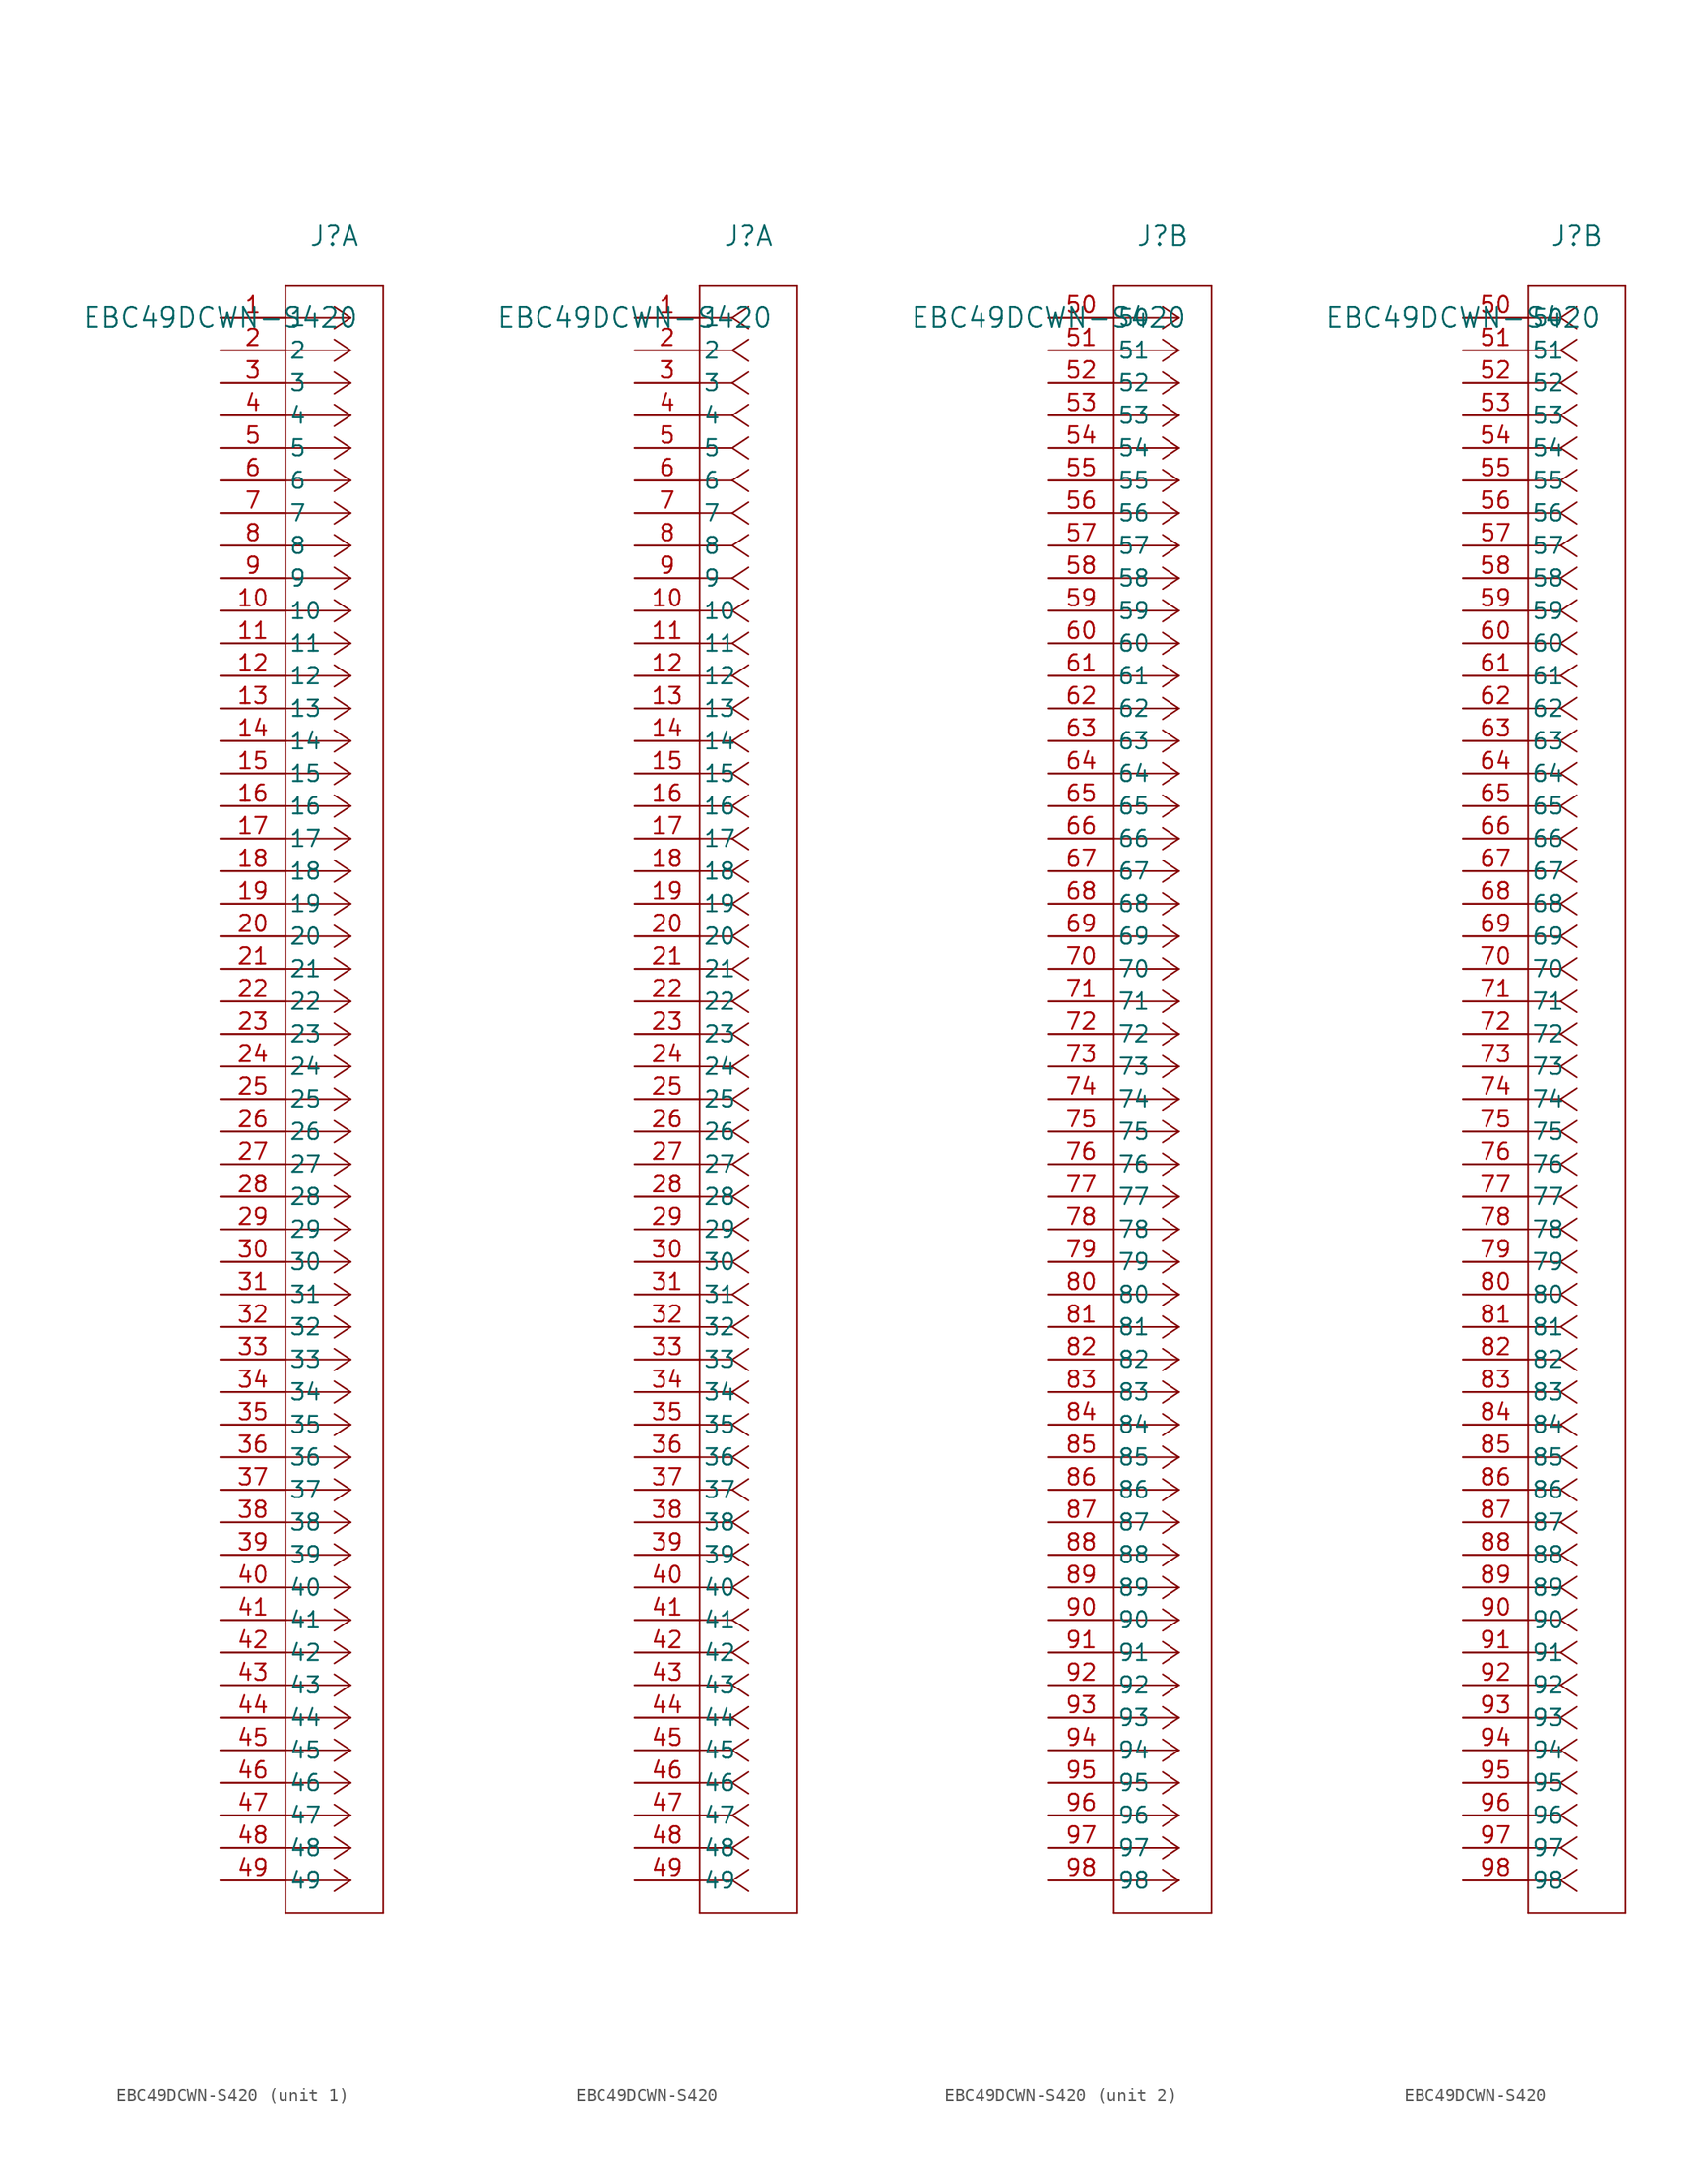
<source format=kicad_sym>
(kicad_symbol_lib
  (version 20211014)
  (generator kicad_symbol_editor)
  (symbol "EBC49DCWN-S420"
    (pin_names
      (offset 0.254))
    (property "Reference" "J"
      (at 8.89 6.35 0)
      (effects (font (size 1.524 1.524))))
    (property "Value" "EBC49DCWN-S420"
      (at 0 0 0)
      (effects (font (size 1.524 1.524))))
    (symbol "EBC49DCWN-S420_1_1"
      (polyline (pts (xy 10.16 0) (xy 5.08 0)) (stroke (width 0.127) (type default) (color 0 0 0 0)) (fill (type none)))
      (polyline (pts (xy 10.16 -2.54) (xy 5.08 -2.54)) (stroke (width 0.127) (type default) (color 0 0 0 0)) (fill (type none)))
      (polyline (pts (xy 10.16 -5.08) (xy 5.08 -5.08)) (stroke (width 0.127) (type default) (color 0 0 0 0)) (fill (type none)))
      (polyline (pts (xy 10.16 -7.62) (xy 5.08 -7.62)) (stroke (width 0.127) (type default) (color 0 0 0 0)) (fill (type none)))
      (polyline (pts (xy 10.16 -10.16) (xy 5.08 -10.16)) (stroke (width 0.127) (type default) (color 0 0 0 0)) (fill (type none)))
      (polyline (pts (xy 10.16 -12.7) (xy 5.08 -12.7)) (stroke (width 0.127) (type default) (color 0 0 0 0)) (fill (type none)))
      (polyline (pts (xy 10.16 -15.24) (xy 5.08 -15.24)) (stroke (width 0.127) (type default) (color 0 0 0 0)) (fill (type none)))
      (polyline (pts (xy 10.16 -17.78) (xy 5.08 -17.78)) (stroke (width 0.127) (type default) (color 0 0 0 0)) (fill (type none)))
      (polyline (pts (xy 10.16 -20.32) (xy 5.08 -20.32)) (stroke (width 0.127) (type default) (color 0 0 0 0)) (fill (type none)))
      (polyline (pts (xy 10.16 -22.86) (xy 5.08 -22.86)) (stroke (width 0.127) (type default) (color 0 0 0 0)) (fill (type none)))
      (polyline (pts (xy 10.16 -25.4) (xy 5.08 -25.4)) (stroke (width 0.127) (type default) (color 0 0 0 0)) (fill (type none)))
      (polyline (pts (xy 10.16 -27.94) (xy 5.08 -27.94)) (stroke (width 0.127) (type default) (color 0 0 0 0)) (fill (type none)))
      (polyline (pts (xy 10.16 -30.48) (xy 5.08 -30.48)) (stroke (width 0.127) (type default) (color 0 0 0 0)) (fill (type none)))
      (polyline (pts (xy 10.16 -33.02) (xy 5.08 -33.02)) (stroke (width 0.127) (type default) (color 0 0 0 0)) (fill (type none)))
      (polyline (pts (xy 10.16 -35.56) (xy 5.08 -35.56)) (stroke (width 0.127) (type default) (color 0 0 0 0)) (fill (type none)))
      (polyline (pts (xy 10.16 -38.1) (xy 5.08 -38.1)) (stroke (width 0.127) (type default) (color 0 0 0 0)) (fill (type none)))
      (polyline (pts (xy 10.16 -40.64) (xy 5.08 -40.64)) (stroke (width 0.127) (type default) (color 0 0 0 0)) (fill (type none)))
      (polyline (pts (xy 10.16 -43.18) (xy 5.08 -43.18)) (stroke (width 0.127) (type default) (color 0 0 0 0)) (fill (type none)))
      (polyline (pts (xy 10.16 -45.72) (xy 5.08 -45.72)) (stroke (width 0.127) (type default) (color 0 0 0 0)) (fill (type none)))
      (polyline (pts (xy 10.16 -48.26) (xy 5.08 -48.26)) (stroke (width 0.127) (type default) (color 0 0 0 0)) (fill (type none)))
      (polyline (pts (xy 10.16 -50.8) (xy 5.08 -50.8)) (stroke (width 0.127) (type default) (color 0 0 0 0)) (fill (type none)))
      (polyline (pts (xy 10.16 -53.34) (xy 5.08 -53.34)) (stroke (width 0.127) (type default) (color 0 0 0 0)) (fill (type none)))
      (polyline (pts (xy 10.16 -55.88) (xy 5.08 -55.88)) (stroke (width 0.127) (type default) (color 0 0 0 0)) (fill (type none)))
      (polyline (pts (xy 10.16 -58.42) (xy 5.08 -58.42)) (stroke (width 0.127) (type default) (color 0 0 0 0)) (fill (type none)))
      (polyline (pts (xy 10.16 -60.96) (xy 5.08 -60.96)) (stroke (width 0.127) (type default) (color 0 0 0 0)) (fill (type none)))
      (polyline (pts (xy 10.16 -63.5) (xy 5.08 -63.5)) (stroke (width 0.127) (type default) (color 0 0 0 0)) (fill (type none)))
      (polyline (pts (xy 10.16 -66.04) (xy 5.08 -66.04)) (stroke (width 0.127) (type default) (color 0 0 0 0)) (fill (type none)))
      (polyline (pts (xy 10.16 -68.58) (xy 5.08 -68.58)) (stroke (width 0.127) (type default) (color 0 0 0 0)) (fill (type none)))
      (polyline (pts (xy 10.16 -71.12) (xy 5.08 -71.12)) (stroke (width 0.127) (type default) (color 0 0 0 0)) (fill (type none)))
      (polyline (pts (xy 10.16 -73.66) (xy 5.08 -73.66)) (stroke (width 0.127) (type default) (color 0 0 0 0)) (fill (type none)))
      (polyline (pts (xy 10.16 -76.2) (xy 5.08 -76.2)) (stroke (width 0.127) (type default) (color 0 0 0 0)) (fill (type none)))
      (polyline (pts (xy 10.16 -78.74) (xy 5.08 -78.74)) (stroke (width 0.127) (type default) (color 0 0 0 0)) (fill (type none)))
      (polyline (pts (xy 10.16 -81.28) (xy 5.08 -81.28)) (stroke (width 0.127) (type default) (color 0 0 0 0)) (fill (type none)))
      (polyline (pts (xy 10.16 -83.82) (xy 5.08 -83.82)) (stroke (width 0.127) (type default) (color 0 0 0 0)) (fill (type none)))
      (polyline (pts (xy 10.16 -86.36) (xy 5.08 -86.36)) (stroke (width 0.127) (type default) (color 0 0 0 0)) (fill (type none)))
      (polyline (pts (xy 10.16 -88.9) (xy 5.08 -88.9)) (stroke (width 0.127) (type default) (color 0 0 0 0)) (fill (type none)))
      (polyline (pts (xy 10.16 -91.44) (xy 5.08 -91.44)) (stroke (width 0.127) (type default) (color 0 0 0 0)) (fill (type none)))
      (polyline (pts (xy 10.16 -93.98) (xy 5.08 -93.98)) (stroke (width 0.127) (type default) (color 0 0 0 0)) (fill (type none)))
      (polyline (pts (xy 10.16 -96.52) (xy 5.08 -96.52)) (stroke (width 0.127) (type default) (color 0 0 0 0)) (fill (type none)))
      (polyline (pts (xy 10.16 -99.06) (xy 5.08 -99.06)) (stroke (width 0.127) (type default) (color 0 0 0 0)) (fill (type none)))
      (polyline (pts (xy 10.16 -101.6) (xy 5.08 -101.6)) (stroke (width 0.127) (type default) (color 0 0 0 0)) (fill (type none)))
      (polyline (pts (xy 10.16 -104.14) (xy 5.08 -104.14)) (stroke (width 0.127) (type default) (color 0 0 0 0)) (fill (type none)))
      (polyline (pts (xy 10.16 -106.68) (xy 5.08 -106.68)) (stroke (width 0.127) (type default) (color 0 0 0 0)) (fill (type none)))
      (polyline (pts (xy 10.16 -109.22) (xy 5.08 -109.22)) (stroke (width 0.127) (type default) (color 0 0 0 0)) (fill (type none)))
      (polyline (pts (xy 10.16 -111.76) (xy 5.08 -111.76)) (stroke (width 0.127) (type default) (color 0 0 0 0)) (fill (type none)))
      (polyline (pts (xy 10.16 -114.3) (xy 5.08 -114.3)) (stroke (width 0.127) (type default) (color 0 0 0 0)) (fill (type none)))
      (polyline (pts (xy 10.16 -116.84) (xy 5.08 -116.84)) (stroke (width 0.127) (type default) (color 0 0 0 0)) (fill (type none)))
      (polyline (pts (xy 10.16 -119.38) (xy 5.08 -119.38)) (stroke (width 0.127) (type default) (color 0 0 0 0)) (fill (type none)))
      (polyline (pts (xy 10.16 -121.92) (xy 5.08 -121.92)) (stroke (width 0.127) (type default) (color 0 0 0 0)) (fill (type none)))
      (polyline (pts (xy 10.16 0) (xy 8.89 0.847)) (stroke (width 0.127) (type default) (color 0 0 0 0)) (fill (type none)))
      (polyline (pts (xy 10.16 -2.54) (xy 8.89 -1.693)) (stroke (width 0.127) (type default) (color 0 0 0 0)) (fill (type none)))
      (polyline (pts (xy 10.16 -5.08) (xy 8.89 -4.233)) (stroke (width 0.127) (type default) (color 0 0 0 0)) (fill (type none)))
      (polyline (pts (xy 10.16 -7.62) (xy 8.89 -6.773)) (stroke (width 0.127) (type default) (color 0 0 0 0)) (fill (type none)))
      (polyline (pts (xy 10.16 -10.16) (xy 8.89 -9.313)) (stroke (width 0.127) (type default) (color 0 0 0 0)) (fill (type none)))
      (polyline (pts (xy 10.16 -12.7) (xy 8.89 -11.853)) (stroke (width 0.127) (type default) (color 0 0 0 0)) (fill (type none)))
      (polyline (pts (xy 10.16 -15.24) (xy 8.89 -14.393)) (stroke (width 0.127) (type default) (color 0 0 0 0)) (fill (type none)))
      (polyline (pts (xy 10.16 -17.78) (xy 8.89 -16.933)) (stroke (width 0.127) (type default) (color 0 0 0 0)) (fill (type none)))
      (polyline (pts (xy 10.16 -20.32) (xy 8.89 -19.473)) (stroke (width 0.127) (type default) (color 0 0 0 0)) (fill (type none)))
      (polyline (pts (xy 10.16 -22.86) (xy 8.89 -22.013)) (stroke (width 0.127) (type default) (color 0 0 0 0)) (fill (type none)))
      (polyline (pts (xy 10.16 -25.4) (xy 8.89 -24.553)) (stroke (width 0.127) (type default) (color 0 0 0 0)) (fill (type none)))
      (polyline (pts (xy 10.16 -27.94) (xy 8.89 -27.093)) (stroke (width 0.127) (type default) (color 0 0 0 0)) (fill (type none)))
      (polyline (pts (xy 10.16 -30.48) (xy 8.89 -29.633)) (stroke (width 0.127) (type default) (color 0 0 0 0)) (fill (type none)))
      (polyline (pts (xy 10.16 -33.02) (xy 8.89 -32.173)) (stroke (width 0.127) (type default) (color 0 0 0 0)) (fill (type none)))
      (polyline (pts (xy 10.16 -35.56) (xy 8.89 -34.713)) (stroke (width 0.127) (type default) (color 0 0 0 0)) (fill (type none)))
      (polyline (pts (xy 10.16 -38.1) (xy 8.89 -37.253)) (stroke (width 0.127) (type default) (color 0 0 0 0)) (fill (type none)))
      (polyline (pts (xy 10.16 -40.64) (xy 8.89 -39.793)) (stroke (width 0.127) (type default) (color 0 0 0 0)) (fill (type none)))
      (polyline (pts (xy 10.16 -43.18) (xy 8.89 -42.333)) (stroke (width 0.127) (type default) (color 0 0 0 0)) (fill (type none)))
      (polyline (pts (xy 10.16 -45.72) (xy 8.89 -44.873)) (stroke (width 0.127) (type default) (color 0 0 0 0)) (fill (type none)))
      (polyline (pts (xy 10.16 -48.26) (xy 8.89 -47.413)) (stroke (width 0.127) (type default) (color 0 0 0 0)) (fill (type none)))
      (polyline (pts (xy 10.16 -50.8) (xy 8.89 -49.953)) (stroke (width 0.127) (type default) (color 0 0 0 0)) (fill (type none)))
      (polyline (pts (xy 10.16 -53.34) (xy 8.89 -52.493)) (stroke (width 0.127) (type default) (color 0 0 0 0)) (fill (type none)))
      (polyline (pts (xy 10.16 -55.88) (xy 8.89 -55.033)) (stroke (width 0.127) (type default) (color 0 0 0 0)) (fill (type none)))
      (polyline (pts (xy 10.16 -58.42) (xy 8.89 -57.573)) (stroke (width 0.127) (type default) (color 0 0 0 0)) (fill (type none)))
      (polyline (pts (xy 10.16 -60.96) (xy 8.89 -60.113)) (stroke (width 0.127) (type default) (color 0 0 0 0)) (fill (type none)))
      (polyline (pts (xy 10.16 -63.5) (xy 8.89 -62.653)) (stroke (width 0.127) (type default) (color 0 0 0 0)) (fill (type none)))
      (polyline (pts (xy 10.16 -66.04) (xy 8.89 -65.193)) (stroke (width 0.127) (type default) (color 0 0 0 0)) (fill (type none)))
      (polyline (pts (xy 10.16 -68.58) (xy 8.89 -67.733)) (stroke (width 0.127) (type default) (color 0 0 0 0)) (fill (type none)))
      (polyline (pts (xy 10.16 -71.12) (xy 8.89 -70.273)) (stroke (width 0.127) (type default) (color 0 0 0 0)) (fill (type none)))
      (polyline (pts (xy 10.16 -73.66) (xy 8.89 -72.813)) (stroke (width 0.127) (type default) (color 0 0 0 0)) (fill (type none)))
      (polyline (pts (xy 10.16 -76.2) (xy 8.89 -75.353)) (stroke (width 0.127) (type default) (color 0 0 0 0)) (fill (type none)))
      (polyline (pts (xy 10.16 -78.74) (xy 8.89 -77.893)) (stroke (width 0.127) (type default) (color 0 0 0 0)) (fill (type none)))
      (polyline (pts (xy 10.16 -81.28) (xy 8.89 -80.433)) (stroke (width 0.127) (type default) (color 0 0 0 0)) (fill (type none)))
      (polyline (pts (xy 10.16 -83.82) (xy 8.89 -82.973)) (stroke (width 0.127) (type default) (color 0 0 0 0)) (fill (type none)))
      (polyline (pts (xy 10.16 -86.36) (xy 8.89 -85.513)) (stroke (width 0.127) (type default) (color 0 0 0 0)) (fill (type none)))
      (polyline (pts (xy 10.16 -88.9) (xy 8.89 -88.053)) (stroke (width 0.127) (type default) (color 0 0 0 0)) (fill (type none)))
      (polyline (pts (xy 10.16 -91.44) (xy 8.89 -90.593)) (stroke (width 0.127) (type default) (color 0 0 0 0)) (fill (type none)))
      (polyline (pts (xy 10.16 -93.98) (xy 8.89 -93.133)) (stroke (width 0.127) (type default) (color 0 0 0 0)) (fill (type none)))
      (polyline (pts (xy 10.16 -96.52) (xy 8.89 -95.673)) (stroke (width 0.127) (type default) (color 0 0 0 0)) (fill (type none)))
      (polyline (pts (xy 10.16 -99.06) (xy 8.89 -98.213)) (stroke (width 0.127) (type default) (color 0 0 0 0)) (fill (type none)))
      (polyline (pts (xy 10.16 -101.6) (xy 8.89 -100.753)) (stroke (width 0.127) (type default) (color 0 0 0 0)) (fill (type none)))
      (polyline (pts (xy 10.16 -104.14) (xy 8.89 -103.293)) (stroke (width 0.127) (type default) (color 0 0 0 0)) (fill (type none)))
      (polyline (pts (xy 10.16 -106.68) (xy 8.89 -105.833)) (stroke (width 0.127) (type default) (color 0 0 0 0)) (fill (type none)))
      (polyline (pts (xy 10.16 -109.22) (xy 8.89 -108.373)) (stroke (width 0.127) (type default) (color 0 0 0 0)) (fill (type none)))
      (polyline (pts (xy 10.16 -111.76) (xy 8.89 -110.913)) (stroke (width 0.127) (type default) (color 0 0 0 0)) (fill (type none)))
      (polyline (pts (xy 10.16 -114.3) (xy 8.89 -113.453)) (stroke (width 0.127) (type default) (color 0 0 0 0)) (fill (type none)))
      (polyline (pts (xy 10.16 -116.84) (xy 8.89 -115.993)) (stroke (width 0.127) (type default) (color 0 0 0 0)) (fill (type none)))
      (polyline (pts (xy 10.16 -119.38) (xy 8.89 -118.533)) (stroke (width 0.127) (type default) (color 0 0 0 0)) (fill (type none)))
      (polyline (pts (xy 10.16 -121.92) (xy 8.89 -121.073)) (stroke (width 0.127) (type default) (color 0 0 0 0)) (fill (type none)))
      (polyline (pts (xy 10.16 0) (xy 8.89 -0.847)) (stroke (width 0.127) (type default) (color 0 0 0 0)) (fill (type none)))
      (polyline (pts (xy 10.16 -2.54) (xy 8.89 -3.387)) (stroke (width 0.127) (type default) (color 0 0 0 0)) (fill (type none)))
      (polyline (pts (xy 10.16 -5.08) (xy 8.89 -5.927)) (stroke (width 0.127) (type default) (color 0 0 0 0)) (fill (type none)))
      (polyline (pts (xy 10.16 -7.62) (xy 8.89 -8.467)) (stroke (width 0.127) (type default) (color 0 0 0 0)) (fill (type none)))
      (polyline (pts (xy 10.16 -10.16) (xy 8.89 -11.007)) (stroke (width 0.127) (type default) (color 0 0 0 0)) (fill (type none)))
      (polyline (pts (xy 10.16 -12.7) (xy 8.89 -13.547)) (stroke (width 0.127) (type default) (color 0 0 0 0)) (fill (type none)))
      (polyline (pts (xy 10.16 -15.24) (xy 8.89 -16.087)) (stroke (width 0.127) (type default) (color 0 0 0 0)) (fill (type none)))
      (polyline (pts (xy 10.16 -17.78) (xy 8.89 -18.627)) (stroke (width 0.127) (type default) (color 0 0 0 0)) (fill (type none)))
      (polyline (pts (xy 10.16 -20.32) (xy 8.89 -21.167)) (stroke (width 0.127) (type default) (color 0 0 0 0)) (fill (type none)))
      (polyline (pts (xy 10.16 -22.86) (xy 8.89 -23.707)) (stroke (width 0.127) (type default) (color 0 0 0 0)) (fill (type none)))
      (polyline (pts (xy 10.16 -25.4) (xy 8.89 -26.247)) (stroke (width 0.127) (type default) (color 0 0 0 0)) (fill (type none)))
      (polyline (pts (xy 10.16 -27.94) (xy 8.89 -28.787)) (stroke (width 0.127) (type default) (color 0 0 0 0)) (fill (type none)))
      (polyline (pts (xy 10.16 -30.48) (xy 8.89 -31.327)) (stroke (width 0.127) (type default) (color 0 0 0 0)) (fill (type none)))
      (polyline (pts (xy 10.16 -33.02) (xy 8.89 -33.867)) (stroke (width 0.127) (type default) (color 0 0 0 0)) (fill (type none)))
      (polyline (pts (xy 10.16 -35.56) (xy 8.89 -36.407)) (stroke (width 0.127) (type default) (color 0 0 0 0)) (fill (type none)))
      (polyline (pts (xy 10.16 -38.1) (xy 8.89 -38.947)) (stroke (width 0.127) (type default) (color 0 0 0 0)) (fill (type none)))
      (polyline (pts (xy 10.16 -40.64) (xy 8.89 -41.487)) (stroke (width 0.127) (type default) (color 0 0 0 0)) (fill (type none)))
      (polyline (pts (xy 10.16 -43.18) (xy 8.89 -44.027)) (stroke (width 0.127) (type default) (color 0 0 0 0)) (fill (type none)))
      (polyline (pts (xy 10.16 -45.72) (xy 8.89 -46.567)) (stroke (width 0.127) (type default) (color 0 0 0 0)) (fill (type none)))
      (polyline (pts (xy 10.16 -48.26) (xy 8.89 -49.107)) (stroke (width 0.127) (type default) (color 0 0 0 0)) (fill (type none)))
      (polyline (pts (xy 10.16 -50.8) (xy 8.89 -51.647)) (stroke (width 0.127) (type default) (color 0 0 0 0)) (fill (type none)))
      (polyline (pts (xy 10.16 -53.34) (xy 8.89 -54.187)) (stroke (width 0.127) (type default) (color 0 0 0 0)) (fill (type none)))
      (polyline (pts (xy 10.16 -55.88) (xy 8.89 -56.727)) (stroke (width 0.127) (type default) (color 0 0 0 0)) (fill (type none)))
      (polyline (pts (xy 10.16 -58.42) (xy 8.89 -59.267)) (stroke (width 0.127) (type default) (color 0 0 0 0)) (fill (type none)))
      (polyline (pts (xy 10.16 -60.96) (xy 8.89 -61.807)) (stroke (width 0.127) (type default) (color 0 0 0 0)) (fill (type none)))
      (polyline (pts (xy 10.16 -63.5) (xy 8.89 -64.347)) (stroke (width 0.127) (type default) (color 0 0 0 0)) (fill (type none)))
      (polyline (pts (xy 10.16 -66.04) (xy 8.89 -66.887)) (stroke (width 0.127) (type default) (color 0 0 0 0)) (fill (type none)))
      (polyline (pts (xy 10.16 -68.58) (xy 8.89 -69.427)) (stroke (width 0.127) (type default) (color 0 0 0 0)) (fill (type none)))
      (polyline (pts (xy 10.16 -71.12) (xy 8.89 -71.967)) (stroke (width 0.127) (type default) (color 0 0 0 0)) (fill (type none)))
      (polyline (pts (xy 10.16 -73.66) (xy 8.89 -74.507)) (stroke (width 0.127) (type default) (color 0 0 0 0)) (fill (type none)))
      (polyline (pts (xy 10.16 -76.2) (xy 8.89 -77.047)) (stroke (width 0.127) (type default) (color 0 0 0 0)) (fill (type none)))
      (polyline (pts (xy 10.16 -78.74) (xy 8.89 -79.587)) (stroke (width 0.127) (type default) (color 0 0 0 0)) (fill (type none)))
      (polyline (pts (xy 10.16 -81.28) (xy 8.89 -82.127)) (stroke (width 0.127) (type default) (color 0 0 0 0)) (fill (type none)))
      (polyline (pts (xy 10.16 -83.82) (xy 8.89 -84.667)) (stroke (width 0.127) (type default) (color 0 0 0 0)) (fill (type none)))
      (polyline (pts (xy 10.16 -86.36) (xy 8.89 -87.207)) (stroke (width 0.127) (type default) (color 0 0 0 0)) (fill (type none)))
      (polyline (pts (xy 10.16 -88.9) (xy 8.89 -89.747)) (stroke (width 0.127) (type default) (color 0 0 0 0)) (fill (type none)))
      (polyline (pts (xy 10.16 -91.44) (xy 8.89 -92.287)) (stroke (width 0.127) (type default) (color 0 0 0 0)) (fill (type none)))
      (polyline (pts (xy 10.16 -93.98) (xy 8.89 -94.827)) (stroke (width 0.127) (type default) (color 0 0 0 0)) (fill (type none)))
      (polyline (pts (xy 10.16 -96.52) (xy 8.89 -97.367)) (stroke (width 0.127) (type default) (color 0 0 0 0)) (fill (type none)))
      (polyline (pts (xy 10.16 -99.06) (xy 8.89 -99.907)) (stroke (width 0.127) (type default) (color 0 0 0 0)) (fill (type none)))
      (polyline (pts (xy 10.16 -101.6) (xy 8.89 -102.447)) (stroke (width 0.127) (type default) (color 0 0 0 0)) (fill (type none)))
      (polyline (pts (xy 10.16 -104.14) (xy 8.89 -104.987)) (stroke (width 0.127) (type default) (color 0 0 0 0)) (fill (type none)))
      (polyline (pts (xy 10.16 -106.68) (xy 8.89 -107.527)) (stroke (width 0.127) (type default) (color 0 0 0 0)) (fill (type none)))
      (polyline (pts (xy 10.16 -109.22) (xy 8.89 -110.067)) (stroke (width 0.127) (type default) (color 0 0 0 0)) (fill (type none)))
      (polyline (pts (xy 10.16 -111.76) (xy 8.89 -112.607)) (stroke (width 0.127) (type default) (color 0 0 0 0)) (fill (type none)))
      (polyline (pts (xy 10.16 -114.3) (xy 8.89 -115.147)) (stroke (width 0.127) (type default) (color 0 0 0 0)) (fill (type none)))
      (polyline (pts (xy 10.16 -116.84) (xy 8.89 -117.687)) (stroke (width 0.127) (type default) (color 0 0 0 0)) (fill (type none)))
      (polyline (pts (xy 10.16 -119.38) (xy 8.89 -120.227)) (stroke (width 0.127) (type default) (color 0 0 0 0)) (fill (type none)))
      (polyline (pts (xy 10.16 -121.92) (xy 8.89 -122.767)) (stroke (width 0.127) (type default) (color 0 0 0 0)) (fill (type none)))
      (polyline (pts (xy 5.08 2.54) (xy 5.08 -124.46)) (stroke (width 0.127) (type default) (color 0 0 0 0)) (fill (type none)))
      (polyline (pts (xy 5.08 -124.46) (xy 12.7 -124.46)) (stroke (width 0.127) (type default) (color 0 0 0 0)) (fill (type none)))
      (polyline (pts (xy 12.7 -124.46) (xy 12.7 2.54)) (stroke (width 0.127) (type default) (color 0 0 0 0)) (fill (type none)))
      (polyline (pts (xy 12.7 2.54) (xy 5.08 2.54)) (stroke (width 0.127) (type default) (color 0 0 0 0)) (fill (type none)))
      (pin unspecified line (at 0 0 0) (length 5.08) (name "1" (effects (font (size 1.27 1.27)))) (number "1" (effects (font (size 1.27 1.27)))))
      (pin unspecified line (at 0 -2.54 0) (length 5.08) (name "2" (effects (font (size 1.27 1.27)))) (number "2" (effects (font (size 1.27 1.27)))))
      (pin unspecified line (at 0 -5.08 0) (length 5.08) (name "3" (effects (font (size 1.27 1.27)))) (number "3" (effects (font (size 1.27 1.27)))))
      (pin unspecified line (at 0 -7.62 0) (length 5.08) (name "4" (effects (font (size 1.27 1.27)))) (number "4" (effects (font (size 1.27 1.27)))))
      (pin unspecified line (at 0 -10.16 0) (length 5.08) (name "5" (effects (font (size 1.27 1.27)))) (number "5" (effects (font (size 1.27 1.27)))))
      (pin unspecified line (at 0 -12.7 0) (length 5.08) (name "6" (effects (font (size 1.27 1.27)))) (number "6" (effects (font (size 1.27 1.27)))))
      (pin unspecified line (at 0 -15.24 0) (length 5.08) (name "7" (effects (font (size 1.27 1.27)))) (number "7" (effects (font (size 1.27 1.27)))))
      (pin unspecified line (at 0 -17.78 0) (length 5.08) (name "8" (effects (font (size 1.27 1.27)))) (number "8" (effects (font (size 1.27 1.27)))))
      (pin unspecified line (at 0 -20.32 0) (length 5.08) (name "9" (effects (font (size 1.27 1.27)))) (number "9" (effects (font (size 1.27 1.27)))))
      (pin unspecified line (at 0 -22.86 0) (length 5.08) (name "10" (effects (font (size 1.27 1.27)))) (number "10" (effects (font (size 1.27 1.27)))))
      (pin unspecified line (at 0 -25.4 0) (length 5.08) (name "11" (effects (font (size 1.27 1.27)))) (number "11" (effects (font (size 1.27 1.27)))))
      (pin unspecified line (at 0 -27.94 0) (length 5.08) (name "12" (effects (font (size 1.27 1.27)))) (number "12" (effects (font (size 1.27 1.27)))))
      (pin unspecified line (at 0 -30.48 0) (length 5.08) (name "13" (effects (font (size 1.27 1.27)))) (number "13" (effects (font (size 1.27 1.27)))))
      (pin unspecified line (at 0 -33.02 0) (length 5.08) (name "14" (effects (font (size 1.27 1.27)))) (number "14" (effects (font (size 1.27 1.27)))))
      (pin unspecified line (at 0 -35.56 0) (length 5.08) (name "15" (effects (font (size 1.27 1.27)))) (number "15" (effects (font (size 1.27 1.27)))))
      (pin unspecified line (at 0 -38.1 0) (length 5.08) (name "16" (effects (font (size 1.27 1.27)))) (number "16" (effects (font (size 1.27 1.27)))))
      (pin unspecified line (at 0 -40.64 0) (length 5.08) (name "17" (effects (font (size 1.27 1.27)))) (number "17" (effects (font (size 1.27 1.27)))))
      (pin unspecified line (at 0 -43.18 0) (length 5.08) (name "18" (effects (font (size 1.27 1.27)))) (number "18" (effects (font (size 1.27 1.27)))))
      (pin unspecified line (at 0 -45.72 0) (length 5.08) (name "19" (effects (font (size 1.27 1.27)))) (number "19" (effects (font (size 1.27 1.27)))))
      (pin unspecified line (at 0 -48.26 0) (length 5.08) (name "20" (effects (font (size 1.27 1.27)))) (number "20" (effects (font (size 1.27 1.27)))))
      (pin unspecified line (at 0 -50.8 0) (length 5.08) (name "21" (effects (font (size 1.27 1.27)))) (number "21" (effects (font (size 1.27 1.27)))))
      (pin unspecified line (at 0 -53.34 0) (length 5.08) (name "22" (effects (font (size 1.27 1.27)))) (number "22" (effects (font (size 1.27 1.27)))))
      (pin unspecified line (at 0 -55.88 0) (length 5.08) (name "23" (effects (font (size 1.27 1.27)))) (number "23" (effects (font (size 1.27 1.27)))))
      (pin unspecified line (at 0 -58.42 0) (length 5.08) (name "24" (effects (font (size 1.27 1.27)))) (number "24" (effects (font (size 1.27 1.27)))))
      (pin unspecified line (at 0 -60.96 0) (length 5.08) (name "25" (effects (font (size 1.27 1.27)))) (number "25" (effects (font (size 1.27 1.27)))))
      (pin unspecified line (at 0 -63.5 0) (length 5.08) (name "26" (effects (font (size 1.27 1.27)))) (number "26" (effects (font (size 1.27 1.27)))))
      (pin unspecified line (at 0 -66.04 0) (length 5.08) (name "27" (effects (font (size 1.27 1.27)))) (number "27" (effects (font (size 1.27 1.27)))))
      (pin unspecified line (at 0 -68.58 0) (length 5.08) (name "28" (effects (font (size 1.27 1.27)))) (number "28" (effects (font (size 1.27 1.27)))))
      (pin unspecified line (at 0 -71.12 0) (length 5.08) (name "29" (effects (font (size 1.27 1.27)))) (number "29" (effects (font (size 1.27 1.27)))))
      (pin unspecified line (at 0 -73.66 0) (length 5.08) (name "30" (effects (font (size 1.27 1.27)))) (number "30" (effects (font (size 1.27 1.27)))))
      (pin unspecified line (at 0 -76.2 0) (length 5.08) (name "31" (effects (font (size 1.27 1.27)))) (number "31" (effects (font (size 1.27 1.27)))))
      (pin unspecified line (at 0 -78.74 0) (length 5.08) (name "32" (effects (font (size 1.27 1.27)))) (number "32" (effects (font (size 1.27 1.27)))))
      (pin unspecified line (at 0 -81.28 0) (length 5.08) (name "33" (effects (font (size 1.27 1.27)))) (number "33" (effects (font (size 1.27 1.27)))))
      (pin unspecified line (at 0 -83.82 0) (length 5.08) (name "34" (effects (font (size 1.27 1.27)))) (number "34" (effects (font (size 1.27 1.27)))))
      (pin unspecified line (at 0 -86.36 0) (length 5.08) (name "35" (effects (font (size 1.27 1.27)))) (number "35" (effects (font (size 1.27 1.27)))))
      (pin unspecified line (at 0 -88.9 0) (length 5.08) (name "36" (effects (font (size 1.27 1.27)))) (number "36" (effects (font (size 1.27 1.27)))))
      (pin unspecified line (at 0 -91.44 0) (length 5.08) (name "37" (effects (font (size 1.27 1.27)))) (number "37" (effects (font (size 1.27 1.27)))))
      (pin unspecified line (at 0 -93.98 0) (length 5.08) (name "38" (effects (font (size 1.27 1.27)))) (number "38" (effects (font (size 1.27 1.27)))))
      (pin unspecified line (at 0 -96.52 0) (length 5.08) (name "39" (effects (font (size 1.27 1.27)))) (number "39" (effects (font (size 1.27 1.27)))))
      (pin unspecified line (at 0 -99.06 0) (length 5.08) (name "40" (effects (font (size 1.27 1.27)))) (number "40" (effects (font (size 1.27 1.27)))))
      (pin unspecified line (at 0 -101.6 0) (length 5.08) (name "41" (effects (font (size 1.27 1.27)))) (number "41" (effects (font (size 1.27 1.27)))))
      (pin unspecified line (at 0 -104.14 0) (length 5.08) (name "42" (effects (font (size 1.27 1.27)))) (number "42" (effects (font (size 1.27 1.27)))))
      (pin unspecified line (at 0 -106.68 0) (length 5.08) (name "43" (effects (font (size 1.27 1.27)))) (number "43" (effects (font (size 1.27 1.27)))))
      (pin unspecified line (at 0 -109.22 0) (length 5.08) (name "44" (effects (font (size 1.27 1.27)))) (number "44" (effects (font (size 1.27 1.27)))))
      (pin unspecified line (at 0 -111.76 0) (length 5.08) (name "45" (effects (font (size 1.27 1.27)))) (number "45" (effects (font (size 1.27 1.27)))))
      (pin unspecified line (at 0 -114.3 0) (length 5.08) (name "46" (effects (font (size 1.27 1.27)))) (number "46" (effects (font (size 1.27 1.27)))))
      (pin unspecified line (at 0 -116.84 0) (length 5.08) (name "47" (effects (font (size 1.27 1.27)))) (number "47" (effects (font (size 1.27 1.27)))))
      (pin unspecified line (at 0 -119.38 0) (length 5.08) (name "48" (effects (font (size 1.27 1.27)))) (number "48" (effects (font (size 1.27 1.27)))))
      (pin unspecified line (at 0 -121.92 0) (length 5.08) (name "49" (effects (font (size 1.27 1.27)))) (number "49" (effects (font (size 1.27 1.27))))))
    (symbol "EBC49DCWN-S420_1_2"
      (polyline (pts (xy 7.62 0) (xy 5.08 0)) (stroke (width 0.127) (type default) (color 0 0 0 0)) (fill (type none)))
      (polyline (pts (xy 7.62 -2.54) (xy 5.08 -2.54)) (stroke (width 0.127) (type default) (color 0 0 0 0)) (fill (type none)))
      (polyline (pts (xy 7.62 -5.08) (xy 5.08 -5.08)) (stroke (width 0.127) (type default) (color 0 0 0 0)) (fill (type none)))
      (polyline (pts (xy 7.62 -7.62) (xy 5.08 -7.62)) (stroke (width 0.127) (type default) (color 0 0 0 0)) (fill (type none)))
      (polyline (pts (xy 7.62 -10.16) (xy 5.08 -10.16)) (stroke (width 0.127) (type default) (color 0 0 0 0)) (fill (type none)))
      (polyline (pts (xy 7.62 -12.7) (xy 5.08 -12.7)) (stroke (width 0.127) (type default) (color 0 0 0 0)) (fill (type none)))
      (polyline (pts (xy 7.62 -15.24) (xy 5.08 -15.24)) (stroke (width 0.127) (type default) (color 0 0 0 0)) (fill (type none)))
      (polyline (pts (xy 7.62 -17.78) (xy 5.08 -17.78)) (stroke (width 0.127) (type default) (color 0 0 0 0)) (fill (type none)))
      (polyline (pts (xy 7.62 -20.32) (xy 5.08 -20.32)) (stroke (width 0.127) (type default) (color 0 0 0 0)) (fill (type none)))
      (polyline (pts (xy 7.62 -22.86) (xy 5.08 -22.86)) (stroke (width 0.127) (type default) (color 0 0 0 0)) (fill (type none)))
      (polyline (pts (xy 7.62 -25.4) (xy 5.08 -25.4)) (stroke (width 0.127) (type default) (color 0 0 0 0)) (fill (type none)))
      (polyline (pts (xy 7.62 -27.94) (xy 5.08 -27.94)) (stroke (width 0.127) (type default) (color 0 0 0 0)) (fill (type none)))
      (polyline (pts (xy 7.62 -30.48) (xy 5.08 -30.48)) (stroke (width 0.127) (type default) (color 0 0 0 0)) (fill (type none)))
      (polyline (pts (xy 7.62 -33.02) (xy 5.08 -33.02)) (stroke (width 0.127) (type default) (color 0 0 0 0)) (fill (type none)))
      (polyline (pts (xy 7.62 -35.56) (xy 5.08 -35.56)) (stroke (width 0.127) (type default) (color 0 0 0 0)) (fill (type none)))
      (polyline (pts (xy 7.62 -38.1) (xy 5.08 -38.1)) (stroke (width 0.127) (type default) (color 0 0 0 0)) (fill (type none)))
      (polyline (pts (xy 7.62 -40.64) (xy 5.08 -40.64)) (stroke (width 0.127) (type default) (color 0 0 0 0)) (fill (type none)))
      (polyline (pts (xy 7.62 -43.18) (xy 5.08 -43.18)) (stroke (width 0.127) (type default) (color 0 0 0 0)) (fill (type none)))
      (polyline (pts (xy 7.62 -45.72) (xy 5.08 -45.72)) (stroke (width 0.127) (type default) (color 0 0 0 0)) (fill (type none)))
      (polyline (pts (xy 7.62 -48.26) (xy 5.08 -48.26)) (stroke (width 0.127) (type default) (color 0 0 0 0)) (fill (type none)))
      (polyline (pts (xy 7.62 -50.8) (xy 5.08 -50.8)) (stroke (width 0.127) (type default) (color 0 0 0 0)) (fill (type none)))
      (polyline (pts (xy 7.62 -53.34) (xy 5.08 -53.34)) (stroke (width 0.127) (type default) (color 0 0 0 0)) (fill (type none)))
      (polyline (pts (xy 7.62 -55.88) (xy 5.08 -55.88)) (stroke (width 0.127) (type default) (color 0 0 0 0)) (fill (type none)))
      (polyline (pts (xy 7.62 -58.42) (xy 5.08 -58.42)) (stroke (width 0.127) (type default) (color 0 0 0 0)) (fill (type none)))
      (polyline (pts (xy 7.62 -60.96) (xy 5.08 -60.96)) (stroke (width 0.127) (type default) (color 0 0 0 0)) (fill (type none)))
      (polyline (pts (xy 7.62 -63.5) (xy 5.08 -63.5)) (stroke (width 0.127) (type default) (color 0 0 0 0)) (fill (type none)))
      (polyline (pts (xy 7.62 -66.04) (xy 5.08 -66.04)) (stroke (width 0.127) (type default) (color 0 0 0 0)) (fill (type none)))
      (polyline (pts (xy 7.62 -68.58) (xy 5.08 -68.58)) (stroke (width 0.127) (type default) (color 0 0 0 0)) (fill (type none)))
      (polyline (pts (xy 7.62 -71.12) (xy 5.08 -71.12)) (stroke (width 0.127) (type default) (color 0 0 0 0)) (fill (type none)))
      (polyline (pts (xy 7.62 -73.66) (xy 5.08 -73.66)) (stroke (width 0.127) (type default) (color 0 0 0 0)) (fill (type none)))
      (polyline (pts (xy 7.62 -76.2) (xy 5.08 -76.2)) (stroke (width 0.127) (type default) (color 0 0 0 0)) (fill (type none)))
      (polyline (pts (xy 7.62 -78.74) (xy 5.08 -78.74)) (stroke (width 0.127) (type default) (color 0 0 0 0)) (fill (type none)))
      (polyline (pts (xy 7.62 -81.28) (xy 5.08 -81.28)) (stroke (width 0.127) (type default) (color 0 0 0 0)) (fill (type none)))
      (polyline (pts (xy 7.62 -83.82) (xy 5.08 -83.82)) (stroke (width 0.127) (type default) (color 0 0 0 0)) (fill (type none)))
      (polyline (pts (xy 7.62 -86.36) (xy 5.08 -86.36)) (stroke (width 0.127) (type default) (color 0 0 0 0)) (fill (type none)))
      (polyline (pts (xy 7.62 -88.9) (xy 5.08 -88.9)) (stroke (width 0.127) (type default) (color 0 0 0 0)) (fill (type none)))
      (polyline (pts (xy 7.62 -91.44) (xy 5.08 -91.44)) (stroke (width 0.127) (type default) (color 0 0 0 0)) (fill (type none)))
      (polyline (pts (xy 7.62 -93.98) (xy 5.08 -93.98)) (stroke (width 0.127) (type default) (color 0 0 0 0)) (fill (type none)))
      (polyline (pts (xy 7.62 -96.52) (xy 5.08 -96.52)) (stroke (width 0.127) (type default) (color 0 0 0 0)) (fill (type none)))
      (polyline (pts (xy 7.62 -99.06) (xy 5.08 -99.06)) (stroke (width 0.127) (type default) (color 0 0 0 0)) (fill (type none)))
      (polyline (pts (xy 7.62 -101.6) (xy 5.08 -101.6)) (stroke (width 0.127) (type default) (color 0 0 0 0)) (fill (type none)))
      (polyline (pts (xy 7.62 -104.14) (xy 5.08 -104.14)) (stroke (width 0.127) (type default) (color 0 0 0 0)) (fill (type none)))
      (polyline (pts (xy 7.62 -106.68) (xy 5.08 -106.68)) (stroke (width 0.127) (type default) (color 0 0 0 0)) (fill (type none)))
      (polyline (pts (xy 7.62 -109.22) (xy 5.08 -109.22)) (stroke (width 0.127) (type default) (color 0 0 0 0)) (fill (type none)))
      (polyline (pts (xy 7.62 -111.76) (xy 5.08 -111.76)) (stroke (width 0.127) (type default) (color 0 0 0 0)) (fill (type none)))
      (polyline (pts (xy 7.62 -114.3) (xy 5.08 -114.3)) (stroke (width 0.127) (type default) (color 0 0 0 0)) (fill (type none)))
      (polyline (pts (xy 7.62 -116.84) (xy 5.08 -116.84)) (stroke (width 0.127) (type default) (color 0 0 0 0)) (fill (type none)))
      (polyline (pts (xy 7.62 -119.38) (xy 5.08 -119.38)) (stroke (width 0.127) (type default) (color 0 0 0 0)) (fill (type none)))
      (polyline (pts (xy 7.62 -121.92) (xy 5.08 -121.92)) (stroke (width 0.127) (type default) (color 0 0 0 0)) (fill (type none)))
      (polyline (pts (xy 7.62 0) (xy 8.89 0.847)) (stroke (width 0.127) (type default) (color 0 0 0 0)) (fill (type none)))
      (polyline (pts (xy 7.62 -2.54) (xy 8.89 -1.693)) (stroke (width 0.127) (type default) (color 0 0 0 0)) (fill (type none)))
      (polyline (pts (xy 7.62 -5.08) (xy 8.89 -4.233)) (stroke (width 0.127) (type default) (color 0 0 0 0)) (fill (type none)))
      (polyline (pts (xy 7.62 -7.62) (xy 8.89 -6.773)) (stroke (width 0.127) (type default) (color 0 0 0 0)) (fill (type none)))
      (polyline (pts (xy 7.62 -10.16) (xy 8.89 -9.313)) (stroke (width 0.127) (type default) (color 0 0 0 0)) (fill (type none)))
      (polyline (pts (xy 7.62 -12.7) (xy 8.89 -11.853)) (stroke (width 0.127) (type default) (color 0 0 0 0)) (fill (type none)))
      (polyline (pts (xy 7.62 -15.24) (xy 8.89 -14.393)) (stroke (width 0.127) (type default) (color 0 0 0 0)) (fill (type none)))
      (polyline (pts (xy 7.62 -17.78) (xy 8.89 -16.933)) (stroke (width 0.127) (type default) (color 0 0 0 0)) (fill (type none)))
      (polyline (pts (xy 7.62 -20.32) (xy 8.89 -19.473)) (stroke (width 0.127) (type default) (color 0 0 0 0)) (fill (type none)))
      (polyline (pts (xy 7.62 -22.86) (xy 8.89 -22.013)) (stroke (width 0.127) (type default) (color 0 0 0 0)) (fill (type none)))
      (polyline (pts (xy 7.62 -25.4) (xy 8.89 -24.553)) (stroke (width 0.127) (type default) (color 0 0 0 0)) (fill (type none)))
      (polyline (pts (xy 7.62 -27.94) (xy 8.89 -27.093)) (stroke (width 0.127) (type default) (color 0 0 0 0)) (fill (type none)))
      (polyline (pts (xy 7.62 -30.48) (xy 8.89 -29.633)) (stroke (width 0.127) (type default) (color 0 0 0 0)) (fill (type none)))
      (polyline (pts (xy 7.62 -33.02) (xy 8.89 -32.173)) (stroke (width 0.127) (type default) (color 0 0 0 0)) (fill (type none)))
      (polyline (pts (xy 7.62 -35.56) (xy 8.89 -34.713)) (stroke (width 0.127) (type default) (color 0 0 0 0)) (fill (type none)))
      (polyline (pts (xy 7.62 -38.1) (xy 8.89 -37.253)) (stroke (width 0.127) (type default) (color 0 0 0 0)) (fill (type none)))
      (polyline (pts (xy 7.62 -40.64) (xy 8.89 -39.793)) (stroke (width 0.127) (type default) (color 0 0 0 0)) (fill (type none)))
      (polyline (pts (xy 7.62 -43.18) (xy 8.89 -42.333)) (stroke (width 0.127) (type default) (color 0 0 0 0)) (fill (type none)))
      (polyline (pts (xy 7.62 -45.72) (xy 8.89 -44.873)) (stroke (width 0.127) (type default) (color 0 0 0 0)) (fill (type none)))
      (polyline (pts (xy 7.62 -48.26) (xy 8.89 -47.413)) (stroke (width 0.127) (type default) (color 0 0 0 0)) (fill (type none)))
      (polyline (pts (xy 7.62 -50.8) (xy 8.89 -49.953)) (stroke (width 0.127) (type default) (color 0 0 0 0)) (fill (type none)))
      (polyline (pts (xy 7.62 -53.34) (xy 8.89 -52.493)) (stroke (width 0.127) (type default) (color 0 0 0 0)) (fill (type none)))
      (polyline (pts (xy 7.62 -55.88) (xy 8.89 -55.033)) (stroke (width 0.127) (type default) (color 0 0 0 0)) (fill (type none)))
      (polyline (pts (xy 7.62 -58.42) (xy 8.89 -57.573)) (stroke (width 0.127) (type default) (color 0 0 0 0)) (fill (type none)))
      (polyline (pts (xy 7.62 -60.96) (xy 8.89 -60.113)) (stroke (width 0.127) (type default) (color 0 0 0 0)) (fill (type none)))
      (polyline (pts (xy 7.62 -63.5) (xy 8.89 -62.653)) (stroke (width 0.127) (type default) (color 0 0 0 0)) (fill (type none)))
      (polyline (pts (xy 7.62 -66.04) (xy 8.89 -65.193)) (stroke (width 0.127) (type default) (color 0 0 0 0)) (fill (type none)))
      (polyline (pts (xy 7.62 -68.58) (xy 8.89 -67.733)) (stroke (width 0.127) (type default) (color 0 0 0 0)) (fill (type none)))
      (polyline (pts (xy 7.62 -71.12) (xy 8.89 -70.273)) (stroke (width 0.127) (type default) (color 0 0 0 0)) (fill (type none)))
      (polyline (pts (xy 7.62 -73.66) (xy 8.89 -72.813)) (stroke (width 0.127) (type default) (color 0 0 0 0)) (fill (type none)))
      (polyline (pts (xy 7.62 -76.2) (xy 8.89 -75.353)) (stroke (width 0.127) (type default) (color 0 0 0 0)) (fill (type none)))
      (polyline (pts (xy 7.62 -78.74) (xy 8.89 -77.893)) (stroke (width 0.127) (type default) (color 0 0 0 0)) (fill (type none)))
      (polyline (pts (xy 7.62 -81.28) (xy 8.89 -80.433)) (stroke (width 0.127) (type default) (color 0 0 0 0)) (fill (type none)))
      (polyline (pts (xy 7.62 -83.82) (xy 8.89 -82.973)) (stroke (width 0.127) (type default) (color 0 0 0 0)) (fill (type none)))
      (polyline (pts (xy 7.62 -86.36) (xy 8.89 -85.513)) (stroke (width 0.127) (type default) (color 0 0 0 0)) (fill (type none)))
      (polyline (pts (xy 7.62 -88.9) (xy 8.89 -88.053)) (stroke (width 0.127) (type default) (color 0 0 0 0)) (fill (type none)))
      (polyline (pts (xy 7.62 -91.44) (xy 8.89 -90.593)) (stroke (width 0.127) (type default) (color 0 0 0 0)) (fill (type none)))
      (polyline (pts (xy 7.62 -93.98) (xy 8.89 -93.133)) (stroke (width 0.127) (type default) (color 0 0 0 0)) (fill (type none)))
      (polyline (pts (xy 7.62 -96.52) (xy 8.89 -95.673)) (stroke (width 0.127) (type default) (color 0 0 0 0)) (fill (type none)))
      (polyline (pts (xy 7.62 -99.06) (xy 8.89 -98.213)) (stroke (width 0.127) (type default) (color 0 0 0 0)) (fill (type none)))
      (polyline (pts (xy 7.62 -101.6) (xy 8.89 -100.753)) (stroke (width 0.127) (type default) (color 0 0 0 0)) (fill (type none)))
      (polyline (pts (xy 7.62 -104.14) (xy 8.89 -103.293)) (stroke (width 0.127) (type default) (color 0 0 0 0)) (fill (type none)))
      (polyline (pts (xy 7.62 -106.68) (xy 8.89 -105.833)) (stroke (width 0.127) (type default) (color 0 0 0 0)) (fill (type none)))
      (polyline (pts (xy 7.62 -109.22) (xy 8.89 -108.373)) (stroke (width 0.127) (type default) (color 0 0 0 0)) (fill (type none)))
      (polyline (pts (xy 7.62 -111.76) (xy 8.89 -110.913)) (stroke (width 0.127) (type default) (color 0 0 0 0)) (fill (type none)))
      (polyline (pts (xy 7.62 -114.3) (xy 8.89 -113.453)) (stroke (width 0.127) (type default) (color 0 0 0 0)) (fill (type none)))
      (polyline (pts (xy 7.62 -116.84) (xy 8.89 -115.993)) (stroke (width 0.127) (type default) (color 0 0 0 0)) (fill (type none)))
      (polyline (pts (xy 7.62 -119.38) (xy 8.89 -118.533)) (stroke (width 0.127) (type default) (color 0 0 0 0)) (fill (type none)))
      (polyline (pts (xy 7.62 -121.92) (xy 8.89 -121.073)) (stroke (width 0.127) (type default) (color 0 0 0 0)) (fill (type none)))
      (polyline (pts (xy 7.62 0) (xy 8.89 -0.847)) (stroke (width 0.127) (type default) (color 0 0 0 0)) (fill (type none)))
      (polyline (pts (xy 7.62 -2.54) (xy 8.89 -3.387)) (stroke (width 0.127) (type default) (color 0 0 0 0)) (fill (type none)))
      (polyline (pts (xy 7.62 -5.08) (xy 8.89 -5.927)) (stroke (width 0.127) (type default) (color 0 0 0 0)) (fill (type none)))
      (polyline (pts (xy 7.62 -7.62) (xy 8.89 -8.467)) (stroke (width 0.127) (type default) (color 0 0 0 0)) (fill (type none)))
      (polyline (pts (xy 7.62 -10.16) (xy 8.89 -11.007)) (stroke (width 0.127) (type default) (color 0 0 0 0)) (fill (type none)))
      (polyline (pts (xy 7.62 -12.7) (xy 8.89 -13.547)) (stroke (width 0.127) (type default) (color 0 0 0 0)) (fill (type none)))
      (polyline (pts (xy 7.62 -15.24) (xy 8.89 -16.087)) (stroke (width 0.127) (type default) (color 0 0 0 0)) (fill (type none)))
      (polyline (pts (xy 7.62 -17.78) (xy 8.89 -18.627)) (stroke (width 0.127) (type default) (color 0 0 0 0)) (fill (type none)))
      (polyline (pts (xy 7.62 -20.32) (xy 8.89 -21.167)) (stroke (width 0.127) (type default) (color 0 0 0 0)) (fill (type none)))
      (polyline (pts (xy 7.62 -22.86) (xy 8.89 -23.707)) (stroke (width 0.127) (type default) (color 0 0 0 0)) (fill (type none)))
      (polyline (pts (xy 7.62 -25.4) (xy 8.89 -26.247)) (stroke (width 0.127) (type default) (color 0 0 0 0)) (fill (type none)))
      (polyline (pts (xy 7.62 -27.94) (xy 8.89 -28.787)) (stroke (width 0.127) (type default) (color 0 0 0 0)) (fill (type none)))
      (polyline (pts (xy 7.62 -30.48) (xy 8.89 -31.327)) (stroke (width 0.127) (type default) (color 0 0 0 0)) (fill (type none)))
      (polyline (pts (xy 7.62 -33.02) (xy 8.89 -33.867)) (stroke (width 0.127) (type default) (color 0 0 0 0)) (fill (type none)))
      (polyline (pts (xy 7.62 -35.56) (xy 8.89 -36.407)) (stroke (width 0.127) (type default) (color 0 0 0 0)) (fill (type none)))
      (polyline (pts (xy 7.62 -38.1) (xy 8.89 -38.947)) (stroke (width 0.127) (type default) (color 0 0 0 0)) (fill (type none)))
      (polyline (pts (xy 7.62 -40.64) (xy 8.89 -41.487)) (stroke (width 0.127) (type default) (color 0 0 0 0)) (fill (type none)))
      (polyline (pts (xy 7.62 -43.18) (xy 8.89 -44.027)) (stroke (width 0.127) (type default) (color 0 0 0 0)) (fill (type none)))
      (polyline (pts (xy 7.62 -45.72) (xy 8.89 -46.567)) (stroke (width 0.127) (type default) (color 0 0 0 0)) (fill (type none)))
      (polyline (pts (xy 7.62 -48.26) (xy 8.89 -49.107)) (stroke (width 0.127) (type default) (color 0 0 0 0)) (fill (type none)))
      (polyline (pts (xy 7.62 -50.8) (xy 8.89 -51.647)) (stroke (width 0.127) (type default) (color 0 0 0 0)) (fill (type none)))
      (polyline (pts (xy 7.62 -53.34) (xy 8.89 -54.187)) (stroke (width 0.127) (type default) (color 0 0 0 0)) (fill (type none)))
      (polyline (pts (xy 7.62 -55.88) (xy 8.89 -56.727)) (stroke (width 0.127) (type default) (color 0 0 0 0)) (fill (type none)))
      (polyline (pts (xy 7.62 -58.42) (xy 8.89 -59.267)) (stroke (width 0.127) (type default) (color 0 0 0 0)) (fill (type none)))
      (polyline (pts (xy 7.62 -60.96) (xy 8.89 -61.807)) (stroke (width 0.127) (type default) (color 0 0 0 0)) (fill (type none)))
      (polyline (pts (xy 7.62 -63.5) (xy 8.89 -64.347)) (stroke (width 0.127) (type default) (color 0 0 0 0)) (fill (type none)))
      (polyline (pts (xy 7.62 -66.04) (xy 8.89 -66.887)) (stroke (width 0.127) (type default) (color 0 0 0 0)) (fill (type none)))
      (polyline (pts (xy 7.62 -68.58) (xy 8.89 -69.427)) (stroke (width 0.127) (type default) (color 0 0 0 0)) (fill (type none)))
      (polyline (pts (xy 7.62 -71.12) (xy 8.89 -71.967)) (stroke (width 0.127) (type default) (color 0 0 0 0)) (fill (type none)))
      (polyline (pts (xy 7.62 -73.66) (xy 8.89 -74.507)) (stroke (width 0.127) (type default) (color 0 0 0 0)) (fill (type none)))
      (polyline (pts (xy 7.62 -76.2) (xy 8.89 -77.047)) (stroke (width 0.127) (type default) (color 0 0 0 0)) (fill (type none)))
      (polyline (pts (xy 7.62 -78.74) (xy 8.89 -79.587)) (stroke (width 0.127) (type default) (color 0 0 0 0)) (fill (type none)))
      (polyline (pts (xy 7.62 -81.28) (xy 8.89 -82.127)) (stroke (width 0.127) (type default) (color 0 0 0 0)) (fill (type none)))
      (polyline (pts (xy 7.62 -83.82) (xy 8.89 -84.667)) (stroke (width 0.127) (type default) (color 0 0 0 0)) (fill (type none)))
      (polyline (pts (xy 7.62 -86.36) (xy 8.89 -87.207)) (stroke (width 0.127) (type default) (color 0 0 0 0)) (fill (type none)))
      (polyline (pts (xy 7.62 -88.9) (xy 8.89 -89.747)) (stroke (width 0.127) (type default) (color 0 0 0 0)) (fill (type none)))
      (polyline (pts (xy 7.62 -91.44) (xy 8.89 -92.287)) (stroke (width 0.127) (type default) (color 0 0 0 0)) (fill (type none)))
      (polyline (pts (xy 7.62 -93.98) (xy 8.89 -94.827)) (stroke (width 0.127) (type default) (color 0 0 0 0)) (fill (type none)))
      (polyline (pts (xy 7.62 -96.52) (xy 8.89 -97.367)) (stroke (width 0.127) (type default) (color 0 0 0 0)) (fill (type none)))
      (polyline (pts (xy 7.62 -99.06) (xy 8.89 -99.907)) (stroke (width 0.127) (type default) (color 0 0 0 0)) (fill (type none)))
      (polyline (pts (xy 7.62 -101.6) (xy 8.89 -102.447)) (stroke (width 0.127) (type default) (color 0 0 0 0)) (fill (type none)))
      (polyline (pts (xy 7.62 -104.14) (xy 8.89 -104.987)) (stroke (width 0.127) (type default) (color 0 0 0 0)) (fill (type none)))
      (polyline (pts (xy 7.62 -106.68) (xy 8.89 -107.527)) (stroke (width 0.127) (type default) (color 0 0 0 0)) (fill (type none)))
      (polyline (pts (xy 7.62 -109.22) (xy 8.89 -110.067)) (stroke (width 0.127) (type default) (color 0 0 0 0)) (fill (type none)))
      (polyline (pts (xy 7.62 -111.76) (xy 8.89 -112.607)) (stroke (width 0.127) (type default) (color 0 0 0 0)) (fill (type none)))
      (polyline (pts (xy 7.62 -114.3) (xy 8.89 -115.147)) (stroke (width 0.127) (type default) (color 0 0 0 0)) (fill (type none)))
      (polyline (pts (xy 7.62 -116.84) (xy 8.89 -117.687)) (stroke (width 0.127) (type default) (color 0 0 0 0)) (fill (type none)))
      (polyline (pts (xy 7.62 -119.38) (xy 8.89 -120.227)) (stroke (width 0.127) (type default) (color 0 0 0 0)) (fill (type none)))
      (polyline (pts (xy 7.62 -121.92) (xy 8.89 -122.767)) (stroke (width 0.127) (type default) (color 0 0 0 0)) (fill (type none)))
      (polyline (pts (xy 5.08 2.54) (xy 5.08 -124.46)) (stroke (width 0.127) (type default) (color 0 0 0 0)) (fill (type none)))
      (polyline (pts (xy 5.08 -124.46) (xy 12.7 -124.46)) (stroke (width 0.127) (type default) (color 0 0 0 0)) (fill (type none)))
      (polyline (pts (xy 12.7 -124.46) (xy 12.7 2.54)) (stroke (width 0.127) (type default) (color 0 0 0 0)) (fill (type none)))
      (polyline (pts (xy 12.7 2.54) (xy 5.08 2.54)) (stroke (width 0.127) (type default) (color 0 0 0 0)) (fill (type none)))
      (pin unspecified line (at 0 0 0) (length 5.08) (name "1" (effects (font (size 1.27 1.27)))) (number "1" (effects (font (size 1.27 1.27)))))
      (pin unspecified line (at 0 -2.54 0) (length 5.08) (name "2" (effects (font (size 1.27 1.27)))) (number "2" (effects (font (size 1.27 1.27)))))
      (pin unspecified line (at 0 -5.08 0) (length 5.08) (name "3" (effects (font (size 1.27 1.27)))) (number "3" (effects (font (size 1.27 1.27)))))
      (pin unspecified line (at 0 -7.62 0) (length 5.08) (name "4" (effects (font (size 1.27 1.27)))) (number "4" (effects (font (size 1.27 1.27)))))
      (pin unspecified line (at 0 -10.16 0) (length 5.08) (name "5" (effects (font (size 1.27 1.27)))) (number "5" (effects (font (size 1.27 1.27)))))
      (pin unspecified line (at 0 -12.7 0) (length 5.08) (name "6" (effects (font (size 1.27 1.27)))) (number "6" (effects (font (size 1.27 1.27)))))
      (pin unspecified line (at 0 -15.24 0) (length 5.08) (name "7" (effects (font (size 1.27 1.27)))) (number "7" (effects (font (size 1.27 1.27)))))
      (pin unspecified line (at 0 -17.78 0) (length 5.08) (name "8" (effects (font (size 1.27 1.27)))) (number "8" (effects (font (size 1.27 1.27)))))
      (pin unspecified line (at 0 -20.32 0) (length 5.08) (name "9" (effects (font (size 1.27 1.27)))) (number "9" (effects (font (size 1.27 1.27)))))
      (pin unspecified line (at 0 -22.86 0) (length 5.08) (name "10" (effects (font (size 1.27 1.27)))) (number "10" (effects (font (size 1.27 1.27)))))
      (pin unspecified line (at 0 -25.4 0) (length 5.08) (name "11" (effects (font (size 1.27 1.27)))) (number "11" (effects (font (size 1.27 1.27)))))
      (pin unspecified line (at 0 -27.94 0) (length 5.08) (name "12" (effects (font (size 1.27 1.27)))) (number "12" (effects (font (size 1.27 1.27)))))
      (pin unspecified line (at 0 -30.48 0) (length 5.08) (name "13" (effects (font (size 1.27 1.27)))) (number "13" (effects (font (size 1.27 1.27)))))
      (pin unspecified line (at 0 -33.02 0) (length 5.08) (name "14" (effects (font (size 1.27 1.27)))) (number "14" (effects (font (size 1.27 1.27)))))
      (pin unspecified line (at 0 -35.56 0) (length 5.08) (name "15" (effects (font (size 1.27 1.27)))) (number "15" (effects (font (size 1.27 1.27)))))
      (pin unspecified line (at 0 -38.1 0) (length 5.08) (name "16" (effects (font (size 1.27 1.27)))) (number "16" (effects (font (size 1.27 1.27)))))
      (pin unspecified line (at 0 -40.64 0) (length 5.08) (name "17" (effects (font (size 1.27 1.27)))) (number "17" (effects (font (size 1.27 1.27)))))
      (pin unspecified line (at 0 -43.18 0) (length 5.08) (name "18" (effects (font (size 1.27 1.27)))) (number "18" (effects (font (size 1.27 1.27)))))
      (pin unspecified line (at 0 -45.72 0) (length 5.08) (name "19" (effects (font (size 1.27 1.27)))) (number "19" (effects (font (size 1.27 1.27)))))
      (pin unspecified line (at 0 -48.26 0) (length 5.08) (name "20" (effects (font (size 1.27 1.27)))) (number "20" (effects (font (size 1.27 1.27)))))
      (pin unspecified line (at 0 -50.8 0) (length 5.08) (name "21" (effects (font (size 1.27 1.27)))) (number "21" (effects (font (size 1.27 1.27)))))
      (pin unspecified line (at 0 -53.34 0) (length 5.08) (name "22" (effects (font (size 1.27 1.27)))) (number "22" (effects (font (size 1.27 1.27)))))
      (pin unspecified line (at 0 -55.88 0) (length 5.08) (name "23" (effects (font (size 1.27 1.27)))) (number "23" (effects (font (size 1.27 1.27)))))
      (pin unspecified line (at 0 -58.42 0) (length 5.08) (name "24" (effects (font (size 1.27 1.27)))) (number "24" (effects (font (size 1.27 1.27)))))
      (pin unspecified line (at 0 -60.96 0) (length 5.08) (name "25" (effects (font (size 1.27 1.27)))) (number "25" (effects (font (size 1.27 1.27)))))
      (pin unspecified line (at 0 -63.5 0) (length 5.08) (name "26" (effects (font (size 1.27 1.27)))) (number "26" (effects (font (size 1.27 1.27)))))
      (pin unspecified line (at 0 -66.04 0) (length 5.08) (name "27" (effects (font (size 1.27 1.27)))) (number "27" (effects (font (size 1.27 1.27)))))
      (pin unspecified line (at 0 -68.58 0) (length 5.08) (name "28" (effects (font (size 1.27 1.27)))) (number "28" (effects (font (size 1.27 1.27)))))
      (pin unspecified line (at 0 -71.12 0) (length 5.08) (name "29" (effects (font (size 1.27 1.27)))) (number "29" (effects (font (size 1.27 1.27)))))
      (pin unspecified line (at 0 -73.66 0) (length 5.08) (name "30" (effects (font (size 1.27 1.27)))) (number "30" (effects (font (size 1.27 1.27)))))
      (pin unspecified line (at 0 -76.2 0) (length 5.08) (name "31" (effects (font (size 1.27 1.27)))) (number "31" (effects (font (size 1.27 1.27)))))
      (pin unspecified line (at 0 -78.74 0) (length 5.08) (name "32" (effects (font (size 1.27 1.27)))) (number "32" (effects (font (size 1.27 1.27)))))
      (pin unspecified line (at 0 -81.28 0) (length 5.08) (name "33" (effects (font (size 1.27 1.27)))) (number "33" (effects (font (size 1.27 1.27)))))
      (pin unspecified line (at 0 -83.82 0) (length 5.08) (name "34" (effects (font (size 1.27 1.27)))) (number "34" (effects (font (size 1.27 1.27)))))
      (pin unspecified line (at 0 -86.36 0) (length 5.08) (name "35" (effects (font (size 1.27 1.27)))) (number "35" (effects (font (size 1.27 1.27)))))
      (pin unspecified line (at 0 -88.9 0) (length 5.08) (name "36" (effects (font (size 1.27 1.27)))) (number "36" (effects (font (size 1.27 1.27)))))
      (pin unspecified line (at 0 -91.44 0) (length 5.08) (name "37" (effects (font (size 1.27 1.27)))) (number "37" (effects (font (size 1.27 1.27)))))
      (pin unspecified line (at 0 -93.98 0) (length 5.08) (name "38" (effects (font (size 1.27 1.27)))) (number "38" (effects (font (size 1.27 1.27)))))
      (pin unspecified line (at 0 -96.52 0) (length 5.08) (name "39" (effects (font (size 1.27 1.27)))) (number "39" (effects (font (size 1.27 1.27)))))
      (pin unspecified line (at 0 -99.06 0) (length 5.08) (name "40" (effects (font (size 1.27 1.27)))) (number "40" (effects (font (size 1.27 1.27)))))
      (pin unspecified line (at 0 -101.6 0) (length 5.08) (name "41" (effects (font (size 1.27 1.27)))) (number "41" (effects (font (size 1.27 1.27)))))
      (pin unspecified line (at 0 -104.14 0) (length 5.08) (name "42" (effects (font (size 1.27 1.27)))) (number "42" (effects (font (size 1.27 1.27)))))
      (pin unspecified line (at 0 -106.68 0) (length 5.08) (name "43" (effects (font (size 1.27 1.27)))) (number "43" (effects (font (size 1.27 1.27)))))
      (pin unspecified line (at 0 -109.22 0) (length 5.08) (name "44" (effects (font (size 1.27 1.27)))) (number "44" (effects (font (size 1.27 1.27)))))
      (pin unspecified line (at 0 -111.76 0) (length 5.08) (name "45" (effects (font (size 1.27 1.27)))) (number "45" (effects (font (size 1.27 1.27)))))
      (pin unspecified line (at 0 -114.3 0) (length 5.08) (name "46" (effects (font (size 1.27 1.27)))) (number "46" (effects (font (size 1.27 1.27)))))
      (pin unspecified line (at 0 -116.84 0) (length 5.08) (name "47" (effects (font (size 1.27 1.27)))) (number "47" (effects (font (size 1.27 1.27)))))
      (pin unspecified line (at 0 -119.38 0) (length 5.08) (name "48" (effects (font (size 1.27 1.27)))) (number "48" (effects (font (size 1.27 1.27)))))
      (pin unspecified line (at 0 -121.92 0) (length 5.08) (name "49" (effects (font (size 1.27 1.27)))) (number "49" (effects (font (size 1.27 1.27))))))
    (symbol "EBC49DCWN-S420_2_1"
      (polyline (pts (xy 10.16 0) (xy 5.08 0)) (stroke (width 0.127) (type default) (color 0 0 0 0)) (fill (type none)))
      (polyline (pts (xy 10.16 -2.54) (xy 5.08 -2.54)) (stroke (width 0.127) (type default) (color 0 0 0 0)) (fill (type none)))
      (polyline (pts (xy 10.16 -5.08) (xy 5.08 -5.08)) (stroke (width 0.127) (type default) (color 0 0 0 0)) (fill (type none)))
      (polyline (pts (xy 10.16 -7.62) (xy 5.08 -7.62)) (stroke (width 0.127) (type default) (color 0 0 0 0)) (fill (type none)))
      (polyline (pts (xy 10.16 -10.16) (xy 5.08 -10.16)) (stroke (width 0.127) (type default) (color 0 0 0 0)) (fill (type none)))
      (polyline (pts (xy 10.16 -12.7) (xy 5.08 -12.7)) (stroke (width 0.127) (type default) (color 0 0 0 0)) (fill (type none)))
      (polyline (pts (xy 10.16 -15.24) (xy 5.08 -15.24)) (stroke (width 0.127) (type default) (color 0 0 0 0)) (fill (type none)))
      (polyline (pts (xy 10.16 -17.78) (xy 5.08 -17.78)) (stroke (width 0.127) (type default) (color 0 0 0 0)) (fill (type none)))
      (polyline (pts (xy 10.16 -20.32) (xy 5.08 -20.32)) (stroke (width 0.127) (type default) (color 0 0 0 0)) (fill (type none)))
      (polyline (pts (xy 10.16 -22.86) (xy 5.08 -22.86)) (stroke (width 0.127) (type default) (color 0 0 0 0)) (fill (type none)))
      (polyline (pts (xy 10.16 -25.4) (xy 5.08 -25.4)) (stroke (width 0.127) (type default) (color 0 0 0 0)) (fill (type none)))
      (polyline (pts (xy 10.16 -27.94) (xy 5.08 -27.94)) (stroke (width 0.127) (type default) (color 0 0 0 0)) (fill (type none)))
      (polyline (pts (xy 10.16 -30.48) (xy 5.08 -30.48)) (stroke (width 0.127) (type default) (color 0 0 0 0)) (fill (type none)))
      (polyline (pts (xy 10.16 -33.02) (xy 5.08 -33.02)) (stroke (width 0.127) (type default) (color 0 0 0 0)) (fill (type none)))
      (polyline (pts (xy 10.16 -35.56) (xy 5.08 -35.56)) (stroke (width 0.127) (type default) (color 0 0 0 0)) (fill (type none)))
      (polyline (pts (xy 10.16 -38.1) (xy 5.08 -38.1)) (stroke (width 0.127) (type default) (color 0 0 0 0)) (fill (type none)))
      (polyline (pts (xy 10.16 -40.64) (xy 5.08 -40.64)) (stroke (width 0.127) (type default) (color 0 0 0 0)) (fill (type none)))
      (polyline (pts (xy 10.16 -43.18) (xy 5.08 -43.18)) (stroke (width 0.127) (type default) (color 0 0 0 0)) (fill (type none)))
      (polyline (pts (xy 10.16 -45.72) (xy 5.08 -45.72)) (stroke (width 0.127) (type default) (color 0 0 0 0)) (fill (type none)))
      (polyline (pts (xy 10.16 -48.26) (xy 5.08 -48.26)) (stroke (width 0.127) (type default) (color 0 0 0 0)) (fill (type none)))
      (polyline (pts (xy 10.16 -50.8) (xy 5.08 -50.8)) (stroke (width 0.127) (type default) (color 0 0 0 0)) (fill (type none)))
      (polyline (pts (xy 10.16 -53.34) (xy 5.08 -53.34)) (stroke (width 0.127) (type default) (color 0 0 0 0)) (fill (type none)))
      (polyline (pts (xy 10.16 -55.88) (xy 5.08 -55.88)) (stroke (width 0.127) (type default) (color 0 0 0 0)) (fill (type none)))
      (polyline (pts (xy 10.16 -58.42) (xy 5.08 -58.42)) (stroke (width 0.127) (type default) (color 0 0 0 0)) (fill (type none)))
      (polyline (pts (xy 10.16 -60.96) (xy 5.08 -60.96)) (stroke (width 0.127) (type default) (color 0 0 0 0)) (fill (type none)))
      (polyline (pts (xy 10.16 -63.5) (xy 5.08 -63.5)) (stroke (width 0.127) (type default) (color 0 0 0 0)) (fill (type none)))
      (polyline (pts (xy 10.16 -66.04) (xy 5.08 -66.04)) (stroke (width 0.127) (type default) (color 0 0 0 0)) (fill (type none)))
      (polyline (pts (xy 10.16 -68.58) (xy 5.08 -68.58)) (stroke (width 0.127) (type default) (color 0 0 0 0)) (fill (type none)))
      (polyline (pts (xy 10.16 -71.12) (xy 5.08 -71.12)) (stroke (width 0.127) (type default) (color 0 0 0 0)) (fill (type none)))
      (polyline (pts (xy 10.16 -73.66) (xy 5.08 -73.66)) (stroke (width 0.127) (type default) (color 0 0 0 0)) (fill (type none)))
      (polyline (pts (xy 10.16 -76.2) (xy 5.08 -76.2)) (stroke (width 0.127) (type default) (color 0 0 0 0)) (fill (type none)))
      (polyline (pts (xy 10.16 -78.74) (xy 5.08 -78.74)) (stroke (width 0.127) (type default) (color 0 0 0 0)) (fill (type none)))
      (polyline (pts (xy 10.16 -81.28) (xy 5.08 -81.28)) (stroke (width 0.127) (type default) (color 0 0 0 0)) (fill (type none)))
      (polyline (pts (xy 10.16 -83.82) (xy 5.08 -83.82)) (stroke (width 0.127) (type default) (color 0 0 0 0)) (fill (type none)))
      (polyline (pts (xy 10.16 -86.36) (xy 5.08 -86.36)) (stroke (width 0.127) (type default) (color 0 0 0 0)) (fill (type none)))
      (polyline (pts (xy 10.16 -88.9) (xy 5.08 -88.9)) (stroke (width 0.127) (type default) (color 0 0 0 0)) (fill (type none)))
      (polyline (pts (xy 10.16 -91.44) (xy 5.08 -91.44)) (stroke (width 0.127) (type default) (color 0 0 0 0)) (fill (type none)))
      (polyline (pts (xy 10.16 -93.98) (xy 5.08 -93.98)) (stroke (width 0.127) (type default) (color 0 0 0 0)) (fill (type none)))
      (polyline (pts (xy 10.16 -96.52) (xy 5.08 -96.52)) (stroke (width 0.127) (type default) (color 0 0 0 0)) (fill (type none)))
      (polyline (pts (xy 10.16 -99.06) (xy 5.08 -99.06)) (stroke (width 0.127) (type default) (color 0 0 0 0)) (fill (type none)))
      (polyline (pts (xy 10.16 -101.6) (xy 5.08 -101.6)) (stroke (width 0.127) (type default) (color 0 0 0 0)) (fill (type none)))
      (polyline (pts (xy 10.16 -104.14) (xy 5.08 -104.14)) (stroke (width 0.127) (type default) (color 0 0 0 0)) (fill (type none)))
      (polyline (pts (xy 10.16 -106.68) (xy 5.08 -106.68)) (stroke (width 0.127) (type default) (color 0 0 0 0)) (fill (type none)))
      (polyline (pts (xy 10.16 -109.22) (xy 5.08 -109.22)) (stroke (width 0.127) (type default) (color 0 0 0 0)) (fill (type none)))
      (polyline (pts (xy 10.16 -111.76) (xy 5.08 -111.76)) (stroke (width 0.127) (type default) (color 0 0 0 0)) (fill (type none)))
      (polyline (pts (xy 10.16 -114.3) (xy 5.08 -114.3)) (stroke (width 0.127) (type default) (color 0 0 0 0)) (fill (type none)))
      (polyline (pts (xy 10.16 -116.84) (xy 5.08 -116.84)) (stroke (width 0.127) (type default) (color 0 0 0 0)) (fill (type none)))
      (polyline (pts (xy 10.16 -119.38) (xy 5.08 -119.38)) (stroke (width 0.127) (type default) (color 0 0 0 0)) (fill (type none)))
      (polyline (pts (xy 10.16 -121.92) (xy 5.08 -121.92)) (stroke (width 0.127) (type default) (color 0 0 0 0)) (fill (type none)))
      (polyline (pts (xy 10.16 0) (xy 8.89 0.847)) (stroke (width 0.127) (type default) (color 0 0 0 0)) (fill (type none)))
      (polyline (pts (xy 10.16 -2.54) (xy 8.89 -1.693)) (stroke (width 0.127) (type default) (color 0 0 0 0)) (fill (type none)))
      (polyline (pts (xy 10.16 -5.08) (xy 8.89 -4.233)) (stroke (width 0.127) (type default) (color 0 0 0 0)) (fill (type none)))
      (polyline (pts (xy 10.16 -7.62) (xy 8.89 -6.773)) (stroke (width 0.127) (type default) (color 0 0 0 0)) (fill (type none)))
      (polyline (pts (xy 10.16 -10.16) (xy 8.89 -9.313)) (stroke (width 0.127) (type default) (color 0 0 0 0)) (fill (type none)))
      (polyline (pts (xy 10.16 -12.7) (xy 8.89 -11.853)) (stroke (width 0.127) (type default) (color 0 0 0 0)) (fill (type none)))
      (polyline (pts (xy 10.16 -15.24) (xy 8.89 -14.393)) (stroke (width 0.127) (type default) (color 0 0 0 0)) (fill (type none)))
      (polyline (pts (xy 10.16 -17.78) (xy 8.89 -16.933)) (stroke (width 0.127) (type default) (color 0 0 0 0)) (fill (type none)))
      (polyline (pts (xy 10.16 -20.32) (xy 8.89 -19.473)) (stroke (width 0.127) (type default) (color 0 0 0 0)) (fill (type none)))
      (polyline (pts (xy 10.16 -22.86) (xy 8.89 -22.013)) (stroke (width 0.127) (type default) (color 0 0 0 0)) (fill (type none)))
      (polyline (pts (xy 10.16 -25.4) (xy 8.89 -24.553)) (stroke (width 0.127) (type default) (color 0 0 0 0)) (fill (type none)))
      (polyline (pts (xy 10.16 -27.94) (xy 8.89 -27.093)) (stroke (width 0.127) (type default) (color 0 0 0 0)) (fill (type none)))
      (polyline (pts (xy 10.16 -30.48) (xy 8.89 -29.633)) (stroke (width 0.127) (type default) (color 0 0 0 0)) (fill (type none)))
      (polyline (pts (xy 10.16 -33.02) (xy 8.89 -32.173)) (stroke (width 0.127) (type default) (color 0 0 0 0)) (fill (type none)))
      (polyline (pts (xy 10.16 -35.56) (xy 8.89 -34.713)) (stroke (width 0.127) (type default) (color 0 0 0 0)) (fill (type none)))
      (polyline (pts (xy 10.16 -38.1) (xy 8.89 -37.253)) (stroke (width 0.127) (type default) (color 0 0 0 0)) (fill (type none)))
      (polyline (pts (xy 10.16 -40.64) (xy 8.89 -39.793)) (stroke (width 0.127) (type default) (color 0 0 0 0)) (fill (type none)))
      (polyline (pts (xy 10.16 -43.18) (xy 8.89 -42.333)) (stroke (width 0.127) (type default) (color 0 0 0 0)) (fill (type none)))
      (polyline (pts (xy 10.16 -45.72) (xy 8.89 -44.873)) (stroke (width 0.127) (type default) (color 0 0 0 0)) (fill (type none)))
      (polyline (pts (xy 10.16 -48.26) (xy 8.89 -47.413)) (stroke (width 0.127) (type default) (color 0 0 0 0)) (fill (type none)))
      (polyline (pts (xy 10.16 -50.8) (xy 8.89 -49.953)) (stroke (width 0.127) (type default) (color 0 0 0 0)) (fill (type none)))
      (polyline (pts (xy 10.16 -53.34) (xy 8.89 -52.493)) (stroke (width 0.127) (type default) (color 0 0 0 0)) (fill (type none)))
      (polyline (pts (xy 10.16 -55.88) (xy 8.89 -55.033)) (stroke (width 0.127) (type default) (color 0 0 0 0)) (fill (type none)))
      (polyline (pts (xy 10.16 -58.42) (xy 8.89 -57.573)) (stroke (width 0.127) (type default) (color 0 0 0 0)) (fill (type none)))
      (polyline (pts (xy 10.16 -60.96) (xy 8.89 -60.113)) (stroke (width 0.127) (type default) (color 0 0 0 0)) (fill (type none)))
      (polyline (pts (xy 10.16 -63.5) (xy 8.89 -62.653)) (stroke (width 0.127) (type default) (color 0 0 0 0)) (fill (type none)))
      (polyline (pts (xy 10.16 -66.04) (xy 8.89 -65.193)) (stroke (width 0.127) (type default) (color 0 0 0 0)) (fill (type none)))
      (polyline (pts (xy 10.16 -68.58) (xy 8.89 -67.733)) (stroke (width 0.127) (type default) (color 0 0 0 0)) (fill (type none)))
      (polyline (pts (xy 10.16 -71.12) (xy 8.89 -70.273)) (stroke (width 0.127) (type default) (color 0 0 0 0)) (fill (type none)))
      (polyline (pts (xy 10.16 -73.66) (xy 8.89 -72.813)) (stroke (width 0.127) (type default) (color 0 0 0 0)) (fill (type none)))
      (polyline (pts (xy 10.16 -76.2) (xy 8.89 -75.353)) (stroke (width 0.127) (type default) (color 0 0 0 0)) (fill (type none)))
      (polyline (pts (xy 10.16 -78.74) (xy 8.89 -77.893)) (stroke (width 0.127) (type default) (color 0 0 0 0)) (fill (type none)))
      (polyline (pts (xy 10.16 -81.28) (xy 8.89 -80.433)) (stroke (width 0.127) (type default) (color 0 0 0 0)) (fill (type none)))
      (polyline (pts (xy 10.16 -83.82) (xy 8.89 -82.973)) (stroke (width 0.127) (type default) (color 0 0 0 0)) (fill (type none)))
      (polyline (pts (xy 10.16 -86.36) (xy 8.89 -85.513)) (stroke (width 0.127) (type default) (color 0 0 0 0)) (fill (type none)))
      (polyline (pts (xy 10.16 -88.9) (xy 8.89 -88.053)) (stroke (width 0.127) (type default) (color 0 0 0 0)) (fill (type none)))
      (polyline (pts (xy 10.16 -91.44) (xy 8.89 -90.593)) (stroke (width 0.127) (type default) (color 0 0 0 0)) (fill (type none)))
      (polyline (pts (xy 10.16 -93.98) (xy 8.89 -93.133)) (stroke (width 0.127) (type default) (color 0 0 0 0)) (fill (type none)))
      (polyline (pts (xy 10.16 -96.52) (xy 8.89 -95.673)) (stroke (width 0.127) (type default) (color 0 0 0 0)) (fill (type none)))
      (polyline (pts (xy 10.16 -99.06) (xy 8.89 -98.213)) (stroke (width 0.127) (type default) (color 0 0 0 0)) (fill (type none)))
      (polyline (pts (xy 10.16 -101.6) (xy 8.89 -100.753)) (stroke (width 0.127) (type default) (color 0 0 0 0)) (fill (type none)))
      (polyline (pts (xy 10.16 -104.14) (xy 8.89 -103.293)) (stroke (width 0.127) (type default) (color 0 0 0 0)) (fill (type none)))
      (polyline (pts (xy 10.16 -106.68) (xy 8.89 -105.833)) (stroke (width 0.127) (type default) (color 0 0 0 0)) (fill (type none)))
      (polyline (pts (xy 10.16 -109.22) (xy 8.89 -108.373)) (stroke (width 0.127) (type default) (color 0 0 0 0)) (fill (type none)))
      (polyline (pts (xy 10.16 -111.76) (xy 8.89 -110.913)) (stroke (width 0.127) (type default) (color 0 0 0 0)) (fill (type none)))
      (polyline (pts (xy 10.16 -114.3) (xy 8.89 -113.453)) (stroke (width 0.127) (type default) (color 0 0 0 0)) (fill (type none)))
      (polyline (pts (xy 10.16 -116.84) (xy 8.89 -115.993)) (stroke (width 0.127) (type default) (color 0 0 0 0)) (fill (type none)))
      (polyline (pts (xy 10.16 -119.38) (xy 8.89 -118.533)) (stroke (width 0.127) (type default) (color 0 0 0 0)) (fill (type none)))
      (polyline (pts (xy 10.16 -121.92) (xy 8.89 -121.073)) (stroke (width 0.127) (type default) (color 0 0 0 0)) (fill (type none)))
      (polyline (pts (xy 10.16 0) (xy 8.89 -0.847)) (stroke (width 0.127) (type default) (color 0 0 0 0)) (fill (type none)))
      (polyline (pts (xy 10.16 -2.54) (xy 8.89 -3.387)) (stroke (width 0.127) (type default) (color 0 0 0 0)) (fill (type none)))
      (polyline (pts (xy 10.16 -5.08) (xy 8.89 -5.927)) (stroke (width 0.127) (type default) (color 0 0 0 0)) (fill (type none)))
      (polyline (pts (xy 10.16 -7.62) (xy 8.89 -8.467)) (stroke (width 0.127) (type default) (color 0 0 0 0)) (fill (type none)))
      (polyline (pts (xy 10.16 -10.16) (xy 8.89 -11.007)) (stroke (width 0.127) (type default) (color 0 0 0 0)) (fill (type none)))
      (polyline (pts (xy 10.16 -12.7) (xy 8.89 -13.547)) (stroke (width 0.127) (type default) (color 0 0 0 0)) (fill (type none)))
      (polyline (pts (xy 10.16 -15.24) (xy 8.89 -16.087)) (stroke (width 0.127) (type default) (color 0 0 0 0)) (fill (type none)))
      (polyline (pts (xy 10.16 -17.78) (xy 8.89 -18.627)) (stroke (width 0.127) (type default) (color 0 0 0 0)) (fill (type none)))
      (polyline (pts (xy 10.16 -20.32) (xy 8.89 -21.167)) (stroke (width 0.127) (type default) (color 0 0 0 0)) (fill (type none)))
      (polyline (pts (xy 10.16 -22.86) (xy 8.89 -23.707)) (stroke (width 0.127) (type default) (color 0 0 0 0)) (fill (type none)))
      (polyline (pts (xy 10.16 -25.4) (xy 8.89 -26.247)) (stroke (width 0.127) (type default) (color 0 0 0 0)) (fill (type none)))
      (polyline (pts (xy 10.16 -27.94) (xy 8.89 -28.787)) (stroke (width 0.127) (type default) (color 0 0 0 0)) (fill (type none)))
      (polyline (pts (xy 10.16 -30.48) (xy 8.89 -31.327)) (stroke (width 0.127) (type default) (color 0 0 0 0)) (fill (type none)))
      (polyline (pts (xy 10.16 -33.02) (xy 8.89 -33.867)) (stroke (width 0.127) (type default) (color 0 0 0 0)) (fill (type none)))
      (polyline (pts (xy 10.16 -35.56) (xy 8.89 -36.407)) (stroke (width 0.127) (type default) (color 0 0 0 0)) (fill (type none)))
      (polyline (pts (xy 10.16 -38.1) (xy 8.89 -38.947)) (stroke (width 0.127) (type default) (color 0 0 0 0)) (fill (type none)))
      (polyline (pts (xy 10.16 -40.64) (xy 8.89 -41.487)) (stroke (width 0.127) (type default) (color 0 0 0 0)) (fill (type none)))
      (polyline (pts (xy 10.16 -43.18) (xy 8.89 -44.027)) (stroke (width 0.127) (type default) (color 0 0 0 0)) (fill (type none)))
      (polyline (pts (xy 10.16 -45.72) (xy 8.89 -46.567)) (stroke (width 0.127) (type default) (color 0 0 0 0)) (fill (type none)))
      (polyline (pts (xy 10.16 -48.26) (xy 8.89 -49.107)) (stroke (width 0.127) (type default) (color 0 0 0 0)) (fill (type none)))
      (polyline (pts (xy 10.16 -50.8) (xy 8.89 -51.647)) (stroke (width 0.127) (type default) (color 0 0 0 0)) (fill (type none)))
      (polyline (pts (xy 10.16 -53.34) (xy 8.89 -54.187)) (stroke (width 0.127) (type default) (color 0 0 0 0)) (fill (type none)))
      (polyline (pts (xy 10.16 -55.88) (xy 8.89 -56.727)) (stroke (width 0.127) (type default) (color 0 0 0 0)) (fill (type none)))
      (polyline (pts (xy 10.16 -58.42) (xy 8.89 -59.267)) (stroke (width 0.127) (type default) (color 0 0 0 0)) (fill (type none)))
      (polyline (pts (xy 10.16 -60.96) (xy 8.89 -61.807)) (stroke (width 0.127) (type default) (color 0 0 0 0)) (fill (type none)))
      (polyline (pts (xy 10.16 -63.5) (xy 8.89 -64.347)) (stroke (width 0.127) (type default) (color 0 0 0 0)) (fill (type none)))
      (polyline (pts (xy 10.16 -66.04) (xy 8.89 -66.887)) (stroke (width 0.127) (type default) (color 0 0 0 0)) (fill (type none)))
      (polyline (pts (xy 10.16 -68.58) (xy 8.89 -69.427)) (stroke (width 0.127) (type default) (color 0 0 0 0)) (fill (type none)))
      (polyline (pts (xy 10.16 -71.12) (xy 8.89 -71.967)) (stroke (width 0.127) (type default) (color 0 0 0 0)) (fill (type none)))
      (polyline (pts (xy 10.16 -73.66) (xy 8.89 -74.507)) (stroke (width 0.127) (type default) (color 0 0 0 0)) (fill (type none)))
      (polyline (pts (xy 10.16 -76.2) (xy 8.89 -77.047)) (stroke (width 0.127) (type default) (color 0 0 0 0)) (fill (type none)))
      (polyline (pts (xy 10.16 -78.74) (xy 8.89 -79.587)) (stroke (width 0.127) (type default) (color 0 0 0 0)) (fill (type none)))
      (polyline (pts (xy 10.16 -81.28) (xy 8.89 -82.127)) (stroke (width 0.127) (type default) (color 0 0 0 0)) (fill (type none)))
      (polyline (pts (xy 10.16 -83.82) (xy 8.89 -84.667)) (stroke (width 0.127) (type default) (color 0 0 0 0)) (fill (type none)))
      (polyline (pts (xy 10.16 -86.36) (xy 8.89 -87.207)) (stroke (width 0.127) (type default) (color 0 0 0 0)) (fill (type none)))
      (polyline (pts (xy 10.16 -88.9) (xy 8.89 -89.747)) (stroke (width 0.127) (type default) (color 0 0 0 0)) (fill (type none)))
      (polyline (pts (xy 10.16 -91.44) (xy 8.89 -92.287)) (stroke (width 0.127) (type default) (color 0 0 0 0)) (fill (type none)))
      (polyline (pts (xy 10.16 -93.98) (xy 8.89 -94.827)) (stroke (width 0.127) (type default) (color 0 0 0 0)) (fill (type none)))
      (polyline (pts (xy 10.16 -96.52) (xy 8.89 -97.367)) (stroke (width 0.127) (type default) (color 0 0 0 0)) (fill (type none)))
      (polyline (pts (xy 10.16 -99.06) (xy 8.89 -99.907)) (stroke (width 0.127) (type default) (color 0 0 0 0)) (fill (type none)))
      (polyline (pts (xy 10.16 -101.6) (xy 8.89 -102.447)) (stroke (width 0.127) (type default) (color 0 0 0 0)) (fill (type none)))
      (polyline (pts (xy 10.16 -104.14) (xy 8.89 -104.987)) (stroke (width 0.127) (type default) (color 0 0 0 0)) (fill (type none)))
      (polyline (pts (xy 10.16 -106.68) (xy 8.89 -107.527)) (stroke (width 0.127) (type default) (color 0 0 0 0)) (fill (type none)))
      (polyline (pts (xy 10.16 -109.22) (xy 8.89 -110.067)) (stroke (width 0.127) (type default) (color 0 0 0 0)) (fill (type none)))
      (polyline (pts (xy 10.16 -111.76) (xy 8.89 -112.607)) (stroke (width 0.127) (type default) (color 0 0 0 0)) (fill (type none)))
      (polyline (pts (xy 10.16 -114.3) (xy 8.89 -115.147)) (stroke (width 0.127) (type default) (color 0 0 0 0)) (fill (type none)))
      (polyline (pts (xy 10.16 -116.84) (xy 8.89 -117.687)) (stroke (width 0.127) (type default) (color 0 0 0 0)) (fill (type none)))
      (polyline (pts (xy 10.16 -119.38) (xy 8.89 -120.227)) (stroke (width 0.127) (type default) (color 0 0 0 0)) (fill (type none)))
      (polyline (pts (xy 10.16 -121.92) (xy 8.89 -122.767)) (stroke (width 0.127) (type default) (color 0 0 0 0)) (fill (type none)))
      (polyline (pts (xy 5.08 2.54) (xy 5.08 -124.46)) (stroke (width 0.127) (type default) (color 0 0 0 0)) (fill (type none)))
      (polyline (pts (xy 5.08 -124.46) (xy 12.7 -124.46)) (stroke (width 0.127) (type default) (color 0 0 0 0)) (fill (type none)))
      (polyline (pts (xy 12.7 -124.46) (xy 12.7 2.54)) (stroke (width 0.127) (type default) (color 0 0 0 0)) (fill (type none)))
      (polyline (pts (xy 12.7 2.54) (xy 5.08 2.54)) (stroke (width 0.127) (type default) (color 0 0 0 0)) (fill (type none)))
      (pin unspecified line (at 0 0 0) (length 5.08) (name "50" (effects (font (size 1.27 1.27)))) (number "50" (effects (font (size 1.27 1.27)))))
      (pin unspecified line (at 0 -2.54 0) (length 5.08) (name "51" (effects (font (size 1.27 1.27)))) (number "51" (effects (font (size 1.27 1.27)))))
      (pin unspecified line (at 0 -5.08 0) (length 5.08) (name "52" (effects (font (size 1.27 1.27)))) (number "52" (effects (font (size 1.27 1.27)))))
      (pin unspecified line (at 0 -7.62 0) (length 5.08) (name "53" (effects (font (size 1.27 1.27)))) (number "53" (effects (font (size 1.27 1.27)))))
      (pin unspecified line (at 0 -10.16 0) (length 5.08) (name "54" (effects (font (size 1.27 1.27)))) (number "54" (effects (font (size 1.27 1.27)))))
      (pin unspecified line (at 0 -12.7 0) (length 5.08) (name "55" (effects (font (size 1.27 1.27)))) (number "55" (effects (font (size 1.27 1.27)))))
      (pin unspecified line (at 0 -15.24 0) (length 5.08) (name "56" (effects (font (size 1.27 1.27)))) (number "56" (effects (font (size 1.27 1.27)))))
      (pin unspecified line (at 0 -17.78 0) (length 5.08) (name "57" (effects (font (size 1.27 1.27)))) (number "57" (effects (font (size 1.27 1.27)))))
      (pin unspecified line (at 0 -20.32 0) (length 5.08) (name "58" (effects (font (size 1.27 1.27)))) (number "58" (effects (font (size 1.27 1.27)))))
      (pin unspecified line (at 0 -22.86 0) (length 5.08) (name "59" (effects (font (size 1.27 1.27)))) (number "59" (effects (font (size 1.27 1.27)))))
      (pin unspecified line (at 0 -25.4 0) (length 5.08) (name "60" (effects (font (size 1.27 1.27)))) (number "60" (effects (font (size 1.27 1.27)))))
      (pin unspecified line (at 0 -27.94 0) (length 5.08) (name "61" (effects (font (size 1.27 1.27)))) (number "61" (effects (font (size 1.27 1.27)))))
      (pin unspecified line (at 0 -30.48 0) (length 5.08) (name "62" (effects (font (size 1.27 1.27)))) (number "62" (effects (font (size 1.27 1.27)))))
      (pin unspecified line (at 0 -33.02 0) (length 5.08) (name "63" (effects (font (size 1.27 1.27)))) (number "63" (effects (font (size 1.27 1.27)))))
      (pin unspecified line (at 0 -35.56 0) (length 5.08) (name "64" (effects (font (size 1.27 1.27)))) (number "64" (effects (font (size 1.27 1.27)))))
      (pin unspecified line (at 0 -38.1 0) (length 5.08) (name "65" (effects (font (size 1.27 1.27)))) (number "65" (effects (font (size 1.27 1.27)))))
      (pin unspecified line (at 0 -40.64 0) (length 5.08) (name "66" (effects (font (size 1.27 1.27)))) (number "66" (effects (font (size 1.27 1.27)))))
      (pin unspecified line (at 0 -43.18 0) (length 5.08) (name "67" (effects (font (size 1.27 1.27)))) (number "67" (effects (font (size 1.27 1.27)))))
      (pin unspecified line (at 0 -45.72 0) (length 5.08) (name "68" (effects (font (size 1.27 1.27)))) (number "68" (effects (font (size 1.27 1.27)))))
      (pin unspecified line (at 0 -48.26 0) (length 5.08) (name "69" (effects (font (size 1.27 1.27)))) (number "69" (effects (font (size 1.27 1.27)))))
      (pin unspecified line (at 0 -50.8 0) (length 5.08) (name "70" (effects (font (size 1.27 1.27)))) (number "70" (effects (font (size 1.27 1.27)))))
      (pin unspecified line (at 0 -53.34 0) (length 5.08) (name "71" (effects (font (size 1.27 1.27)))) (number "71" (effects (font (size 1.27 1.27)))))
      (pin unspecified line (at 0 -55.88 0) (length 5.08) (name "72" (effects (font (size 1.27 1.27)))) (number "72" (effects (font (size 1.27 1.27)))))
      (pin unspecified line (at 0 -58.42 0) (length 5.08) (name "73" (effects (font (size 1.27 1.27)))) (number "73" (effects (font (size 1.27 1.27)))))
      (pin unspecified line (at 0 -60.96 0) (length 5.08) (name "74" (effects (font (size 1.27 1.27)))) (number "74" (effects (font (size 1.27 1.27)))))
      (pin unspecified line (at 0 -63.5 0) (length 5.08) (name "75" (effects (font (size 1.27 1.27)))) (number "75" (effects (font (size 1.27 1.27)))))
      (pin unspecified line (at 0 -66.04 0) (length 5.08) (name "76" (effects (font (size 1.27 1.27)))) (number "76" (effects (font (size 1.27 1.27)))))
      (pin unspecified line (at 0 -68.58 0) (length 5.08) (name "77" (effects (font (size 1.27 1.27)))) (number "77" (effects (font (size 1.27 1.27)))))
      (pin unspecified line (at 0 -71.12 0) (length 5.08) (name "78" (effects (font (size 1.27 1.27)))) (number "78" (effects (font (size 1.27 1.27)))))
      (pin unspecified line (at 0 -73.66 0) (length 5.08) (name "79" (effects (font (size 1.27 1.27)))) (number "79" (effects (font (size 1.27 1.27)))))
      (pin unspecified line (at 0 -76.2 0) (length 5.08) (name "80" (effects (font (size 1.27 1.27)))) (number "80" (effects (font (size 1.27 1.27)))))
      (pin unspecified line (at 0 -78.74 0) (length 5.08) (name "81" (effects (font (size 1.27 1.27)))) (number "81" (effects (font (size 1.27 1.27)))))
      (pin unspecified line (at 0 -81.28 0) (length 5.08) (name "82" (effects (font (size 1.27 1.27)))) (number "82" (effects (font (size 1.27 1.27)))))
      (pin unspecified line (at 0 -83.82 0) (length 5.08) (name "83" (effects (font (size 1.27 1.27)))) (number "83" (effects (font (size 1.27 1.27)))))
      (pin unspecified line (at 0 -86.36 0) (length 5.08) (name "84" (effects (font (size 1.27 1.27)))) (number "84" (effects (font (size 1.27 1.27)))))
      (pin unspecified line (at 0 -88.9 0) (length 5.08) (name "85" (effects (font (size 1.27 1.27)))) (number "85" (effects (font (size 1.27 1.27)))))
      (pin unspecified line (at 0 -91.44 0) (length 5.08) (name "86" (effects (font (size 1.27 1.27)))) (number "86" (effects (font (size 1.27 1.27)))))
      (pin unspecified line (at 0 -93.98 0) (length 5.08) (name "87" (effects (font (size 1.27 1.27)))) (number "87" (effects (font (size 1.27 1.27)))))
      (pin unspecified line (at 0 -96.52 0) (length 5.08) (name "88" (effects (font (size 1.27 1.27)))) (number "88" (effects (font (size 1.27 1.27)))))
      (pin unspecified line (at 0 -99.06 0) (length 5.08) (name "89" (effects (font (size 1.27 1.27)))) (number "89" (effects (font (size 1.27 1.27)))))
      (pin unspecified line (at 0 -101.6 0) (length 5.08) (name "90" (effects (font (size 1.27 1.27)))) (number "90" (effects (font (size 1.27 1.27)))))
      (pin unspecified line (at 0 -104.14 0) (length 5.08) (name "91" (effects (font (size 1.27 1.27)))) (number "91" (effects (font (size 1.27 1.27)))))
      (pin unspecified line (at 0 -106.68 0) (length 5.08) (name "92" (effects (font (size 1.27 1.27)))) (number "92" (effects (font (size 1.27 1.27)))))
      (pin unspecified line (at 0 -109.22 0) (length 5.08) (name "93" (effects (font (size 1.27 1.27)))) (number "93" (effects (font (size 1.27 1.27)))))
      (pin unspecified line (at 0 -111.76 0) (length 5.08) (name "94" (effects (font (size 1.27 1.27)))) (number "94" (effects (font (size 1.27 1.27)))))
      (pin unspecified line (at 0 -114.3 0) (length 5.08) (name "95" (effects (font (size 1.27 1.27)))) (number "95" (effects (font (size 1.27 1.27)))))
      (pin unspecified line (at 0 -116.84 0) (length 5.08) (name "96" (effects (font (size 1.27 1.27)))) (number "96" (effects (font (size 1.27 1.27)))))
      (pin unspecified line (at 0 -119.38 0) (length 5.08) (name "97" (effects (font (size 1.27 1.27)))) (number "97" (effects (font (size 1.27 1.27)))))
      (pin unspecified line (at 0 -121.92 0) (length 5.08) (name "98" (effects (font (size 1.27 1.27)))) (number "98" (effects (font (size 1.27 1.27))))))
    (symbol "EBC49DCWN-S420_2_2"
      (polyline (pts (xy 7.62 0) (xy 5.08 0)) (stroke (width 0.127) (type default) (color 0 0 0 0)) (fill (type none)))
      (polyline (pts (xy 7.62 -2.54) (xy 5.08 -2.54)) (stroke (width 0.127) (type default) (color 0 0 0 0)) (fill (type none)))
      (polyline (pts (xy 7.62 -5.08) (xy 5.08 -5.08)) (stroke (width 0.127) (type default) (color 0 0 0 0)) (fill (type none)))
      (polyline (pts (xy 7.62 -7.62) (xy 5.08 -7.62)) (stroke (width 0.127) (type default) (color 0 0 0 0)) (fill (type none)))
      (polyline (pts (xy 7.62 -10.16) (xy 5.08 -10.16)) (stroke (width 0.127) (type default) (color 0 0 0 0)) (fill (type none)))
      (polyline (pts (xy 7.62 -12.7) (xy 5.08 -12.7)) (stroke (width 0.127) (type default) (color 0 0 0 0)) (fill (type none)))
      (polyline (pts (xy 7.62 -15.24) (xy 5.08 -15.24)) (stroke (width 0.127) (type default) (color 0 0 0 0)) (fill (type none)))
      (polyline (pts (xy 7.62 -17.78) (xy 5.08 -17.78)) (stroke (width 0.127) (type default) (color 0 0 0 0)) (fill (type none)))
      (polyline (pts (xy 7.62 -20.32) (xy 5.08 -20.32)) (stroke (width 0.127) (type default) (color 0 0 0 0)) (fill (type none)))
      (polyline (pts (xy 7.62 -22.86) (xy 5.08 -22.86)) (stroke (width 0.127) (type default) (color 0 0 0 0)) (fill (type none)))
      (polyline (pts (xy 7.62 -25.4) (xy 5.08 -25.4)) (stroke (width 0.127) (type default) (color 0 0 0 0)) (fill (type none)))
      (polyline (pts (xy 7.62 -27.94) (xy 5.08 -27.94)) (stroke (width 0.127) (type default) (color 0 0 0 0)) (fill (type none)))
      (polyline (pts (xy 7.62 -30.48) (xy 5.08 -30.48)) (stroke (width 0.127) (type default) (color 0 0 0 0)) (fill (type none)))
      (polyline (pts (xy 7.62 -33.02) (xy 5.08 -33.02)) (stroke (width 0.127) (type default) (color 0 0 0 0)) (fill (type none)))
      (polyline (pts (xy 7.62 -35.56) (xy 5.08 -35.56)) (stroke (width 0.127) (type default) (color 0 0 0 0)) (fill (type none)))
      (polyline (pts (xy 7.62 -38.1) (xy 5.08 -38.1)) (stroke (width 0.127) (type default) (color 0 0 0 0)) (fill (type none)))
      (polyline (pts (xy 7.62 -40.64) (xy 5.08 -40.64)) (stroke (width 0.127) (type default) (color 0 0 0 0)) (fill (type none)))
      (polyline (pts (xy 7.62 -43.18) (xy 5.08 -43.18)) (stroke (width 0.127) (type default) (color 0 0 0 0)) (fill (type none)))
      (polyline (pts (xy 7.62 -45.72) (xy 5.08 -45.72)) (stroke (width 0.127) (type default) (color 0 0 0 0)) (fill (type none)))
      (polyline (pts (xy 7.62 -48.26) (xy 5.08 -48.26)) (stroke (width 0.127) (type default) (color 0 0 0 0)) (fill (type none)))
      (polyline (pts (xy 7.62 -50.8) (xy 5.08 -50.8)) (stroke (width 0.127) (type default) (color 0 0 0 0)) (fill (type none)))
      (polyline (pts (xy 7.62 -53.34) (xy 5.08 -53.34)) (stroke (width 0.127) (type default) (color 0 0 0 0)) (fill (type none)))
      (polyline (pts (xy 7.62 -55.88) (xy 5.08 -55.88)) (stroke (width 0.127) (type default) (color 0 0 0 0)) (fill (type none)))
      (polyline (pts (xy 7.62 -58.42) (xy 5.08 -58.42)) (stroke (width 0.127) (type default) (color 0 0 0 0)) (fill (type none)))
      (polyline (pts (xy 7.62 -60.96) (xy 5.08 -60.96)) (stroke (width 0.127) (type default) (color 0 0 0 0)) (fill (type none)))
      (polyline (pts (xy 7.62 -63.5) (xy 5.08 -63.5)) (stroke (width 0.127) (type default) (color 0 0 0 0)) (fill (type none)))
      (polyline (pts (xy 7.62 -66.04) (xy 5.08 -66.04)) (stroke (width 0.127) (type default) (color 0 0 0 0)) (fill (type none)))
      (polyline (pts (xy 7.62 -68.58) (xy 5.08 -68.58)) (stroke (width 0.127) (type default) (color 0 0 0 0)) (fill (type none)))
      (polyline (pts (xy 7.62 -71.12) (xy 5.08 -71.12)) (stroke (width 0.127) (type default) (color 0 0 0 0)) (fill (type none)))
      (polyline (pts (xy 7.62 -73.66) (xy 5.08 -73.66)) (stroke (width 0.127) (type default) (color 0 0 0 0)) (fill (type none)))
      (polyline (pts (xy 7.62 -76.2) (xy 5.08 -76.2)) (stroke (width 0.127) (type default) (color 0 0 0 0)) (fill (type none)))
      (polyline (pts (xy 7.62 -78.74) (xy 5.08 -78.74)) (stroke (width 0.127) (type default) (color 0 0 0 0)) (fill (type none)))
      (polyline (pts (xy 7.62 -81.28) (xy 5.08 -81.28)) (stroke (width 0.127) (type default) (color 0 0 0 0)) (fill (type none)))
      (polyline (pts (xy 7.62 -83.82) (xy 5.08 -83.82)) (stroke (width 0.127) (type default) (color 0 0 0 0)) (fill (type none)))
      (polyline (pts (xy 7.62 -86.36) (xy 5.08 -86.36)) (stroke (width 0.127) (type default) (color 0 0 0 0)) (fill (type none)))
      (polyline (pts (xy 7.62 -88.9) (xy 5.08 -88.9)) (stroke (width 0.127) (type default) (color 0 0 0 0)) (fill (type none)))
      (polyline (pts (xy 7.62 -91.44) (xy 5.08 -91.44)) (stroke (width 0.127) (type default) (color 0 0 0 0)) (fill (type none)))
      (polyline (pts (xy 7.62 -93.98) (xy 5.08 -93.98)) (stroke (width 0.127) (type default) (color 0 0 0 0)) (fill (type none)))
      (polyline (pts (xy 7.62 -96.52) (xy 5.08 -96.52)) (stroke (width 0.127) (type default) (color 0 0 0 0)) (fill (type none)))
      (polyline (pts (xy 7.62 -99.06) (xy 5.08 -99.06)) (stroke (width 0.127) (type default) (color 0 0 0 0)) (fill (type none)))
      (polyline (pts (xy 7.62 -101.6) (xy 5.08 -101.6)) (stroke (width 0.127) (type default) (color 0 0 0 0)) (fill (type none)))
      (polyline (pts (xy 7.62 -104.14) (xy 5.08 -104.14)) (stroke (width 0.127) (type default) (color 0 0 0 0)) (fill (type none)))
      (polyline (pts (xy 7.62 -106.68) (xy 5.08 -106.68)) (stroke (width 0.127) (type default) (color 0 0 0 0)) (fill (type none)))
      (polyline (pts (xy 7.62 -109.22) (xy 5.08 -109.22)) (stroke (width 0.127) (type default) (color 0 0 0 0)) (fill (type none)))
      (polyline (pts (xy 7.62 -111.76) (xy 5.08 -111.76)) (stroke (width 0.127) (type default) (color 0 0 0 0)) (fill (type none)))
      (polyline (pts (xy 7.62 -114.3) (xy 5.08 -114.3)) (stroke (width 0.127) (type default) (color 0 0 0 0)) (fill (type none)))
      (polyline (pts (xy 7.62 -116.84) (xy 5.08 -116.84)) (stroke (width 0.127) (type default) (color 0 0 0 0)) (fill (type none)))
      (polyline (pts (xy 7.62 -119.38) (xy 5.08 -119.38)) (stroke (width 0.127) (type default) (color 0 0 0 0)) (fill (type none)))
      (polyline (pts (xy 7.62 -121.92) (xy 5.08 -121.92)) (stroke (width 0.127) (type default) (color 0 0 0 0)) (fill (type none)))
      (polyline (pts (xy 7.62 0) (xy 8.89 0.847)) (stroke (width 0.127) (type default) (color 0 0 0 0)) (fill (type none)))
      (polyline (pts (xy 7.62 -2.54) (xy 8.89 -1.693)) (stroke (width 0.127) (type default) (color 0 0 0 0)) (fill (type none)))
      (polyline (pts (xy 7.62 -5.08) (xy 8.89 -4.233)) (stroke (width 0.127) (type default) (color 0 0 0 0)) (fill (type none)))
      (polyline (pts (xy 7.62 -7.62) (xy 8.89 -6.773)) (stroke (width 0.127) (type default) (color 0 0 0 0)) (fill (type none)))
      (polyline (pts (xy 7.62 -10.16) (xy 8.89 -9.313)) (stroke (width 0.127) (type default) (color 0 0 0 0)) (fill (type none)))
      (polyline (pts (xy 7.62 -12.7) (xy 8.89 -11.853)) (stroke (width 0.127) (type default) (color 0 0 0 0)) (fill (type none)))
      (polyline (pts (xy 7.62 -15.24) (xy 8.89 -14.393)) (stroke (width 0.127) (type default) (color 0 0 0 0)) (fill (type none)))
      (polyline (pts (xy 7.62 -17.78) (xy 8.89 -16.933)) (stroke (width 0.127) (type default) (color 0 0 0 0)) (fill (type none)))
      (polyline (pts (xy 7.62 -20.32) (xy 8.89 -19.473)) (stroke (width 0.127) (type default) (color 0 0 0 0)) (fill (type none)))
      (polyline (pts (xy 7.62 -22.86) (xy 8.89 -22.013)) (stroke (width 0.127) (type default) (color 0 0 0 0)) (fill (type none)))
      (polyline (pts (xy 7.62 -25.4) (xy 8.89 -24.553)) (stroke (width 0.127) (type default) (color 0 0 0 0)) (fill (type none)))
      (polyline (pts (xy 7.62 -27.94) (xy 8.89 -27.093)) (stroke (width 0.127) (type default) (color 0 0 0 0)) (fill (type none)))
      (polyline (pts (xy 7.62 -30.48) (xy 8.89 -29.633)) (stroke (width 0.127) (type default) (color 0 0 0 0)) (fill (type none)))
      (polyline (pts (xy 7.62 -33.02) (xy 8.89 -32.173)) (stroke (width 0.127) (type default) (color 0 0 0 0)) (fill (type none)))
      (polyline (pts (xy 7.62 -35.56) (xy 8.89 -34.713)) (stroke (width 0.127) (type default) (color 0 0 0 0)) (fill (type none)))
      (polyline (pts (xy 7.62 -38.1) (xy 8.89 -37.253)) (stroke (width 0.127) (type default) (color 0 0 0 0)) (fill (type none)))
      (polyline (pts (xy 7.62 -40.64) (xy 8.89 -39.793)) (stroke (width 0.127) (type default) (color 0 0 0 0)) (fill (type none)))
      (polyline (pts (xy 7.62 -43.18) (xy 8.89 -42.333)) (stroke (width 0.127) (type default) (color 0 0 0 0)) (fill (type none)))
      (polyline (pts (xy 7.62 -45.72) (xy 8.89 -44.873)) (stroke (width 0.127) (type default) (color 0 0 0 0)) (fill (type none)))
      (polyline (pts (xy 7.62 -48.26) (xy 8.89 -47.413)) (stroke (width 0.127) (type default) (color 0 0 0 0)) (fill (type none)))
      (polyline (pts (xy 7.62 -50.8) (xy 8.89 -49.953)) (stroke (width 0.127) (type default) (color 0 0 0 0)) (fill (type none)))
      (polyline (pts (xy 7.62 -53.34) (xy 8.89 -52.493)) (stroke (width 0.127) (type default) (color 0 0 0 0)) (fill (type none)))
      (polyline (pts (xy 7.62 -55.88) (xy 8.89 -55.033)) (stroke (width 0.127) (type default) (color 0 0 0 0)) (fill (type none)))
      (polyline (pts (xy 7.62 -58.42) (xy 8.89 -57.573)) (stroke (width 0.127) (type default) (color 0 0 0 0)) (fill (type none)))
      (polyline (pts (xy 7.62 -60.96) (xy 8.89 -60.113)) (stroke (width 0.127) (type default) (color 0 0 0 0)) (fill (type none)))
      (polyline (pts (xy 7.62 -63.5) (xy 8.89 -62.653)) (stroke (width 0.127) (type default) (color 0 0 0 0)) (fill (type none)))
      (polyline (pts (xy 7.62 -66.04) (xy 8.89 -65.193)) (stroke (width 0.127) (type default) (color 0 0 0 0)) (fill (type none)))
      (polyline (pts (xy 7.62 -68.58) (xy 8.89 -67.733)) (stroke (width 0.127) (type default) (color 0 0 0 0)) (fill (type none)))
      (polyline (pts (xy 7.62 -71.12) (xy 8.89 -70.273)) (stroke (width 0.127) (type default) (color 0 0 0 0)) (fill (type none)))
      (polyline (pts (xy 7.62 -73.66) (xy 8.89 -72.813)) (stroke (width 0.127) (type default) (color 0 0 0 0)) (fill (type none)))
      (polyline (pts (xy 7.62 -76.2) (xy 8.89 -75.353)) (stroke (width 0.127) (type default) (color 0 0 0 0)) (fill (type none)))
      (polyline (pts (xy 7.62 -78.74) (xy 8.89 -77.893)) (stroke (width 0.127) (type default) (color 0 0 0 0)) (fill (type none)))
      (polyline (pts (xy 7.62 -81.28) (xy 8.89 -80.433)) (stroke (width 0.127) (type default) (color 0 0 0 0)) (fill (type none)))
      (polyline (pts (xy 7.62 -83.82) (xy 8.89 -82.973)) (stroke (width 0.127) (type default) (color 0 0 0 0)) (fill (type none)))
      (polyline (pts (xy 7.62 -86.36) (xy 8.89 -85.513)) (stroke (width 0.127) (type default) (color 0 0 0 0)) (fill (type none)))
      (polyline (pts (xy 7.62 -88.9) (xy 8.89 -88.053)) (stroke (width 0.127) (type default) (color 0 0 0 0)) (fill (type none)))
      (polyline (pts (xy 7.62 -91.44) (xy 8.89 -90.593)) (stroke (width 0.127) (type default) (color 0 0 0 0)) (fill (type none)))
      (polyline (pts (xy 7.62 -93.98) (xy 8.89 -93.133)) (stroke (width 0.127) (type default) (color 0 0 0 0)) (fill (type none)))
      (polyline (pts (xy 7.62 -96.52) (xy 8.89 -95.673)) (stroke (width 0.127) (type default) (color 0 0 0 0)) (fill (type none)))
      (polyline (pts (xy 7.62 -99.06) (xy 8.89 -98.213)) (stroke (width 0.127) (type default) (color 0 0 0 0)) (fill (type none)))
      (polyline (pts (xy 7.62 -101.6) (xy 8.89 -100.753)) (stroke (width 0.127) (type default) (color 0 0 0 0)) (fill (type none)))
      (polyline (pts (xy 7.62 -104.14) (xy 8.89 -103.293)) (stroke (width 0.127) (type default) (color 0 0 0 0)) (fill (type none)))
      (polyline (pts (xy 7.62 -106.68) (xy 8.89 -105.833)) (stroke (width 0.127) (type default) (color 0 0 0 0)) (fill (type none)))
      (polyline (pts (xy 7.62 -109.22) (xy 8.89 -108.373)) (stroke (width 0.127) (type default) (color 0 0 0 0)) (fill (type none)))
      (polyline (pts (xy 7.62 -111.76) (xy 8.89 -110.913)) (stroke (width 0.127) (type default) (color 0 0 0 0)) (fill (type none)))
      (polyline (pts (xy 7.62 -114.3) (xy 8.89 -113.453)) (stroke (width 0.127) (type default) (color 0 0 0 0)) (fill (type none)))
      (polyline (pts (xy 7.62 -116.84) (xy 8.89 -115.993)) (stroke (width 0.127) (type default) (color 0 0 0 0)) (fill (type none)))
      (polyline (pts (xy 7.62 -119.38) (xy 8.89 -118.533)) (stroke (width 0.127) (type default) (color 0 0 0 0)) (fill (type none)))
      (polyline (pts (xy 7.62 -121.92) (xy 8.89 -121.073)) (stroke (width 0.127) (type default) (color 0 0 0 0)) (fill (type none)))
      (polyline (pts (xy 7.62 0) (xy 8.89 -0.847)) (stroke (width 0.127) (type default) (color 0 0 0 0)) (fill (type none)))
      (polyline (pts (xy 7.62 -2.54) (xy 8.89 -3.387)) (stroke (width 0.127) (type default) (color 0 0 0 0)) (fill (type none)))
      (polyline (pts (xy 7.62 -5.08) (xy 8.89 -5.927)) (stroke (width 0.127) (type default) (color 0 0 0 0)) (fill (type none)))
      (polyline (pts (xy 7.62 -7.62) (xy 8.89 -8.467)) (stroke (width 0.127) (type default) (color 0 0 0 0)) (fill (type none)))
      (polyline (pts (xy 7.62 -10.16) (xy 8.89 -11.007)) (stroke (width 0.127) (type default) (color 0 0 0 0)) (fill (type none)))
      (polyline (pts (xy 7.62 -12.7) (xy 8.89 -13.547)) (stroke (width 0.127) (type default) (color 0 0 0 0)) (fill (type none)))
      (polyline (pts (xy 7.62 -15.24) (xy 8.89 -16.087)) (stroke (width 0.127) (type default) (color 0 0 0 0)) (fill (type none)))
      (polyline (pts (xy 7.62 -17.78) (xy 8.89 -18.627)) (stroke (width 0.127) (type default) (color 0 0 0 0)) (fill (type none)))
      (polyline (pts (xy 7.62 -20.32) (xy 8.89 -21.167)) (stroke (width 0.127) (type default) (color 0 0 0 0)) (fill (type none)))
      (polyline (pts (xy 7.62 -22.86) (xy 8.89 -23.707)) (stroke (width 0.127) (type default) (color 0 0 0 0)) (fill (type none)))
      (polyline (pts (xy 7.62 -25.4) (xy 8.89 -26.247)) (stroke (width 0.127) (type default) (color 0 0 0 0)) (fill (type none)))
      (polyline (pts (xy 7.62 -27.94) (xy 8.89 -28.787)) (stroke (width 0.127) (type default) (color 0 0 0 0)) (fill (type none)))
      (polyline (pts (xy 7.62 -30.48) (xy 8.89 -31.327)) (stroke (width 0.127) (type default) (color 0 0 0 0)) (fill (type none)))
      (polyline (pts (xy 7.62 -33.02) (xy 8.89 -33.867)) (stroke (width 0.127) (type default) (color 0 0 0 0)) (fill (type none)))
      (polyline (pts (xy 7.62 -35.56) (xy 8.89 -36.407)) (stroke (width 0.127) (type default) (color 0 0 0 0)) (fill (type none)))
      (polyline (pts (xy 7.62 -38.1) (xy 8.89 -38.947)) (stroke (width 0.127) (type default) (color 0 0 0 0)) (fill (type none)))
      (polyline (pts (xy 7.62 -40.64) (xy 8.89 -41.487)) (stroke (width 0.127) (type default) (color 0 0 0 0)) (fill (type none)))
      (polyline (pts (xy 7.62 -43.18) (xy 8.89 -44.027)) (stroke (width 0.127) (type default) (color 0 0 0 0)) (fill (type none)))
      (polyline (pts (xy 7.62 -45.72) (xy 8.89 -46.567)) (stroke (width 0.127) (type default) (color 0 0 0 0)) (fill (type none)))
      (polyline (pts (xy 7.62 -48.26) (xy 8.89 -49.107)) (stroke (width 0.127) (type default) (color 0 0 0 0)) (fill (type none)))
      (polyline (pts (xy 7.62 -50.8) (xy 8.89 -51.647)) (stroke (width 0.127) (type default) (color 0 0 0 0)) (fill (type none)))
      (polyline (pts (xy 7.62 -53.34) (xy 8.89 -54.187)) (stroke (width 0.127) (type default) (color 0 0 0 0)) (fill (type none)))
      (polyline (pts (xy 7.62 -55.88) (xy 8.89 -56.727)) (stroke (width 0.127) (type default) (color 0 0 0 0)) (fill (type none)))
      (polyline (pts (xy 7.62 -58.42) (xy 8.89 -59.267)) (stroke (width 0.127) (type default) (color 0 0 0 0)) (fill (type none)))
      (polyline (pts (xy 7.62 -60.96) (xy 8.89 -61.807)) (stroke (width 0.127) (type default) (color 0 0 0 0)) (fill (type none)))
      (polyline (pts (xy 7.62 -63.5) (xy 8.89 -64.347)) (stroke (width 0.127) (type default) (color 0 0 0 0)) (fill (type none)))
      (polyline (pts (xy 7.62 -66.04) (xy 8.89 -66.887)) (stroke (width 0.127) (type default) (color 0 0 0 0)) (fill (type none)))
      (polyline (pts (xy 7.62 -68.58) (xy 8.89 -69.427)) (stroke (width 0.127) (type default) (color 0 0 0 0)) (fill (type none)))
      (polyline (pts (xy 7.62 -71.12) (xy 8.89 -71.967)) (stroke (width 0.127) (type default) (color 0 0 0 0)) (fill (type none)))
      (polyline (pts (xy 7.62 -73.66) (xy 8.89 -74.507)) (stroke (width 0.127) (type default) (color 0 0 0 0)) (fill (type none)))
      (polyline (pts (xy 7.62 -76.2) (xy 8.89 -77.047)) (stroke (width 0.127) (type default) (color 0 0 0 0)) (fill (type none)))
      (polyline (pts (xy 7.62 -78.74) (xy 8.89 -79.587)) (stroke (width 0.127) (type default) (color 0 0 0 0)) (fill (type none)))
      (polyline (pts (xy 7.62 -81.28) (xy 8.89 -82.127)) (stroke (width 0.127) (type default) (color 0 0 0 0)) (fill (type none)))
      (polyline (pts (xy 7.62 -83.82) (xy 8.89 -84.667)) (stroke (width 0.127) (type default) (color 0 0 0 0)) (fill (type none)))
      (polyline (pts (xy 7.62 -86.36) (xy 8.89 -87.207)) (stroke (width 0.127) (type default) (color 0 0 0 0)) (fill (type none)))
      (polyline (pts (xy 7.62 -88.9) (xy 8.89 -89.747)) (stroke (width 0.127) (type default) (color 0 0 0 0)) (fill (type none)))
      (polyline (pts (xy 7.62 -91.44) (xy 8.89 -92.287)) (stroke (width 0.127) (type default) (color 0 0 0 0)) (fill (type none)))
      (polyline (pts (xy 7.62 -93.98) (xy 8.89 -94.827)) (stroke (width 0.127) (type default) (color 0 0 0 0)) (fill (type none)))
      (polyline (pts (xy 7.62 -96.52) (xy 8.89 -97.367)) (stroke (width 0.127) (type default) (color 0 0 0 0)) (fill (type none)))
      (polyline (pts (xy 7.62 -99.06) (xy 8.89 -99.907)) (stroke (width 0.127) (type default) (color 0 0 0 0)) (fill (type none)))
      (polyline (pts (xy 7.62 -101.6) (xy 8.89 -102.447)) (stroke (width 0.127) (type default) (color 0 0 0 0)) (fill (type none)))
      (polyline (pts (xy 7.62 -104.14) (xy 8.89 -104.987)) (stroke (width 0.127) (type default) (color 0 0 0 0)) (fill (type none)))
      (polyline (pts (xy 7.62 -106.68) (xy 8.89 -107.527)) (stroke (width 0.127) (type default) (color 0 0 0 0)) (fill (type none)))
      (polyline (pts (xy 7.62 -109.22) (xy 8.89 -110.067)) (stroke (width 0.127) (type default) (color 0 0 0 0)) (fill (type none)))
      (polyline (pts (xy 7.62 -111.76) (xy 8.89 -112.607)) (stroke (width 0.127) (type default) (color 0 0 0 0)) (fill (type none)))
      (polyline (pts (xy 7.62 -114.3) (xy 8.89 -115.147)) (stroke (width 0.127) (type default) (color 0 0 0 0)) (fill (type none)))
      (polyline (pts (xy 7.62 -116.84) (xy 8.89 -117.687)) (stroke (width 0.127) (type default) (color 0 0 0 0)) (fill (type none)))
      (polyline (pts (xy 7.62 -119.38) (xy 8.89 -120.227)) (stroke (width 0.127) (type default) (color 0 0 0 0)) (fill (type none)))
      (polyline (pts (xy 7.62 -121.92) (xy 8.89 -122.767)) (stroke (width 0.127) (type default) (color 0 0 0 0)) (fill (type none)))
      (polyline (pts (xy 5.08 2.54) (xy 5.08 -124.46)) (stroke (width 0.127) (type default) (color 0 0 0 0)) (fill (type none)))
      (polyline (pts (xy 5.08 -124.46) (xy 12.7 -124.46)) (stroke (width 0.127) (type default) (color 0 0 0 0)) (fill (type none)))
      (polyline (pts (xy 12.7 -124.46) (xy 12.7 2.54)) (stroke (width 0.127) (type default) (color 0 0 0 0)) (fill (type none)))
      (polyline (pts (xy 12.7 2.54) (xy 5.08 2.54)) (stroke (width 0.127) (type default) (color 0 0 0 0)) (fill (type none)))
      (pin unspecified line (at 0 0 0) (length 5.08) (name "50" (effects (font (size 1.27 1.27)))) (number "50" (effects (font (size 1.27 1.27)))))
      (pin unspecified line (at 0 -2.54 0) (length 5.08) (name "51" (effects (font (size 1.27 1.27)))) (number "51" (effects (font (size 1.27 1.27)))))
      (pin unspecified line (at 0 -5.08 0) (length 5.08) (name "52" (effects (font (size 1.27 1.27)))) (number "52" (effects (font (size 1.27 1.27)))))
      (pin unspecified line (at 0 -7.62 0) (length 5.08) (name "53" (effects (font (size 1.27 1.27)))) (number "53" (effects (font (size 1.27 1.27)))))
      (pin unspecified line (at 0 -10.16 0) (length 5.08) (name "54" (effects (font (size 1.27 1.27)))) (number "54" (effects (font (size 1.27 1.27)))))
      (pin unspecified line (at 0 -12.7 0) (length 5.08) (name "55" (effects (font (size 1.27 1.27)))) (number "55" (effects (font (size 1.27 1.27)))))
      (pin unspecified line (at 0 -15.24 0) (length 5.08) (name "56" (effects (font (size 1.27 1.27)))) (number "56" (effects (font (size 1.27 1.27)))))
      (pin unspecified line (at 0 -17.78 0) (length 5.08) (name "57" (effects (font (size 1.27 1.27)))) (number "57" (effects (font (size 1.27 1.27)))))
      (pin unspecified line (at 0 -20.32 0) (length 5.08) (name "58" (effects (font (size 1.27 1.27)))) (number "58" (effects (font (size 1.27 1.27)))))
      (pin unspecified line (at 0 -22.86 0) (length 5.08) (name "59" (effects (font (size 1.27 1.27)))) (number "59" (effects (font (size 1.27 1.27)))))
      (pin unspecified line (at 0 -25.4 0) (length 5.08) (name "60" (effects (font (size 1.27 1.27)))) (number "60" (effects (font (size 1.27 1.27)))))
      (pin unspecified line (at 0 -27.94 0) (length 5.08) (name "61" (effects (font (size 1.27 1.27)))) (number "61" (effects (font (size 1.27 1.27)))))
      (pin unspecified line (at 0 -30.48 0) (length 5.08) (name "62" (effects (font (size 1.27 1.27)))) (number "62" (effects (font (size 1.27 1.27)))))
      (pin unspecified line (at 0 -33.02 0) (length 5.08) (name "63" (effects (font (size 1.27 1.27)))) (number "63" (effects (font (size 1.27 1.27)))))
      (pin unspecified line (at 0 -35.56 0) (length 5.08) (name "64" (effects (font (size 1.27 1.27)))) (number "64" (effects (font (size 1.27 1.27)))))
      (pin unspecified line (at 0 -38.1 0) (length 5.08) (name "65" (effects (font (size 1.27 1.27)))) (number "65" (effects (font (size 1.27 1.27)))))
      (pin unspecified line (at 0 -40.64 0) (length 5.08) (name "66" (effects (font (size 1.27 1.27)))) (number "66" (effects (font (size 1.27 1.27)))))
      (pin unspecified line (at 0 -43.18 0) (length 5.08) (name "67" (effects (font (size 1.27 1.27)))) (number "67" (effects (font (size 1.27 1.27)))))
      (pin unspecified line (at 0 -45.72 0) (length 5.08) (name "68" (effects (font (size 1.27 1.27)))) (number "68" (effects (font (size 1.27 1.27)))))
      (pin unspecified line (at 0 -48.26 0) (length 5.08) (name "69" (effects (font (size 1.27 1.27)))) (number "69" (effects (font (size 1.27 1.27)))))
      (pin unspecified line (at 0 -50.8 0) (length 5.08) (name "70" (effects (font (size 1.27 1.27)))) (number "70" (effects (font (size 1.27 1.27)))))
      (pin unspecified line (at 0 -53.34 0) (length 5.08) (name "71" (effects (font (size 1.27 1.27)))) (number "71" (effects (font (size 1.27 1.27)))))
      (pin unspecified line (at 0 -55.88 0) (length 5.08) (name "72" (effects (font (size 1.27 1.27)))) (number "72" (effects (font (size 1.27 1.27)))))
      (pin unspecified line (at 0 -58.42 0) (length 5.08) (name "73" (effects (font (size 1.27 1.27)))) (number "73" (effects (font (size 1.27 1.27)))))
      (pin unspecified line (at 0 -60.96 0) (length 5.08) (name "74" (effects (font (size 1.27 1.27)))) (number "74" (effects (font (size 1.27 1.27)))))
      (pin unspecified line (at 0 -63.5 0) (length 5.08) (name "75" (effects (font (size 1.27 1.27)))) (number "75" (effects (font (size 1.27 1.27)))))
      (pin unspecified line (at 0 -66.04 0) (length 5.08) (name "76" (effects (font (size 1.27 1.27)))) (number "76" (effects (font (size 1.27 1.27)))))
      (pin unspecified line (at 0 -68.58 0) (length 5.08) (name "77" (effects (font (size 1.27 1.27)))) (number "77" (effects (font (size 1.27 1.27)))))
      (pin unspecified line (at 0 -71.12 0) (length 5.08) (name "78" (effects (font (size 1.27 1.27)))) (number "78" (effects (font (size 1.27 1.27)))))
      (pin unspecified line (at 0 -73.66 0) (length 5.08) (name "79" (effects (font (size 1.27 1.27)))) (number "79" (effects (font (size 1.27 1.27)))))
      (pin unspecified line (at 0 -76.2 0) (length 5.08) (name "80" (effects (font (size 1.27 1.27)))) (number "80" (effects (font (size 1.27 1.27)))))
      (pin unspecified line (at 0 -78.74 0) (length 5.08) (name "81" (effects (font (size 1.27 1.27)))) (number "81" (effects (font (size 1.27 1.27)))))
      (pin unspecified line (at 0 -81.28 0) (length 5.08) (name "82" (effects (font (size 1.27 1.27)))) (number "82" (effects (font (size 1.27 1.27)))))
      (pin unspecified line (at 0 -83.82 0) (length 5.08) (name "83" (effects (font (size 1.27 1.27)))) (number "83" (effects (font (size 1.27 1.27)))))
      (pin unspecified line (at 0 -86.36 0) (length 5.08) (name "84" (effects (font (size 1.27 1.27)))) (number "84" (effects (font (size 1.27 1.27)))))
      (pin unspecified line (at 0 -88.9 0) (length 5.08) (name "85" (effects (font (size 1.27 1.27)))) (number "85" (effects (font (size 1.27 1.27)))))
      (pin unspecified line (at 0 -91.44 0) (length 5.08) (name "86" (effects (font (size 1.27 1.27)))) (number "86" (effects (font (size 1.27 1.27)))))
      (pin unspecified line (at 0 -93.98 0) (length 5.08) (name "87" (effects (font (size 1.27 1.27)))) (number "87" (effects (font (size 1.27 1.27)))))
      (pin unspecified line (at 0 -96.52 0) (length 5.08) (name "88" (effects (font (size 1.27 1.27)))) (number "88" (effects (font (size 1.27 1.27)))))
      (pin unspecified line (at 0 -99.06 0) (length 5.08) (name "89" (effects (font (size 1.27 1.27)))) (number "89" (effects (font (size 1.27 1.27)))))
      (pin unspecified line (at 0 -101.6 0) (length 5.08) (name "90" (effects (font (size 1.27 1.27)))) (number "90" (effects (font (size 1.27 1.27)))))
      (pin unspecified line (at 0 -104.14 0) (length 5.08) (name "91" (effects (font (size 1.27 1.27)))) (number "91" (effects (font (size 1.27 1.27)))))
      (pin unspecified line (at 0 -106.68 0) (length 5.08) (name "92" (effects (font (size 1.27 1.27)))) (number "92" (effects (font (size 1.27 1.27)))))
      (pin unspecified line (at 0 -109.22 0) (length 5.08) (name "93" (effects (font (size 1.27 1.27)))) (number "93" (effects (font (size 1.27 1.27)))))
      (pin unspecified line (at 0 -111.76 0) (length 5.08) (name "94" (effects (font (size 1.27 1.27)))) (number "94" (effects (font (size 1.27 1.27)))))
      (pin unspecified line (at 0 -114.3 0) (length 5.08) (name "95" (effects (font (size 1.27 1.27)))) (number "95" (effects (font (size 1.27 1.27)))))
      (pin unspecified line (at 0 -116.84 0) (length 5.08) (name "96" (effects (font (size 1.27 1.27)))) (number "96" (effects (font (size 1.27 1.27)))))
      (pin unspecified line (at 0 -119.38 0) (length 5.08) (name "97" (effects (font (size 1.27 1.27)))) (number "97" (effects (font (size 1.27 1.27)))))
      (pin unspecified line (at 0 -121.92 0) (length 5.08) (name "98" (effects (font (size 1.27 1.27)))) (number "98" (effects (font (size 1.27 1.27))))))))
</source>
